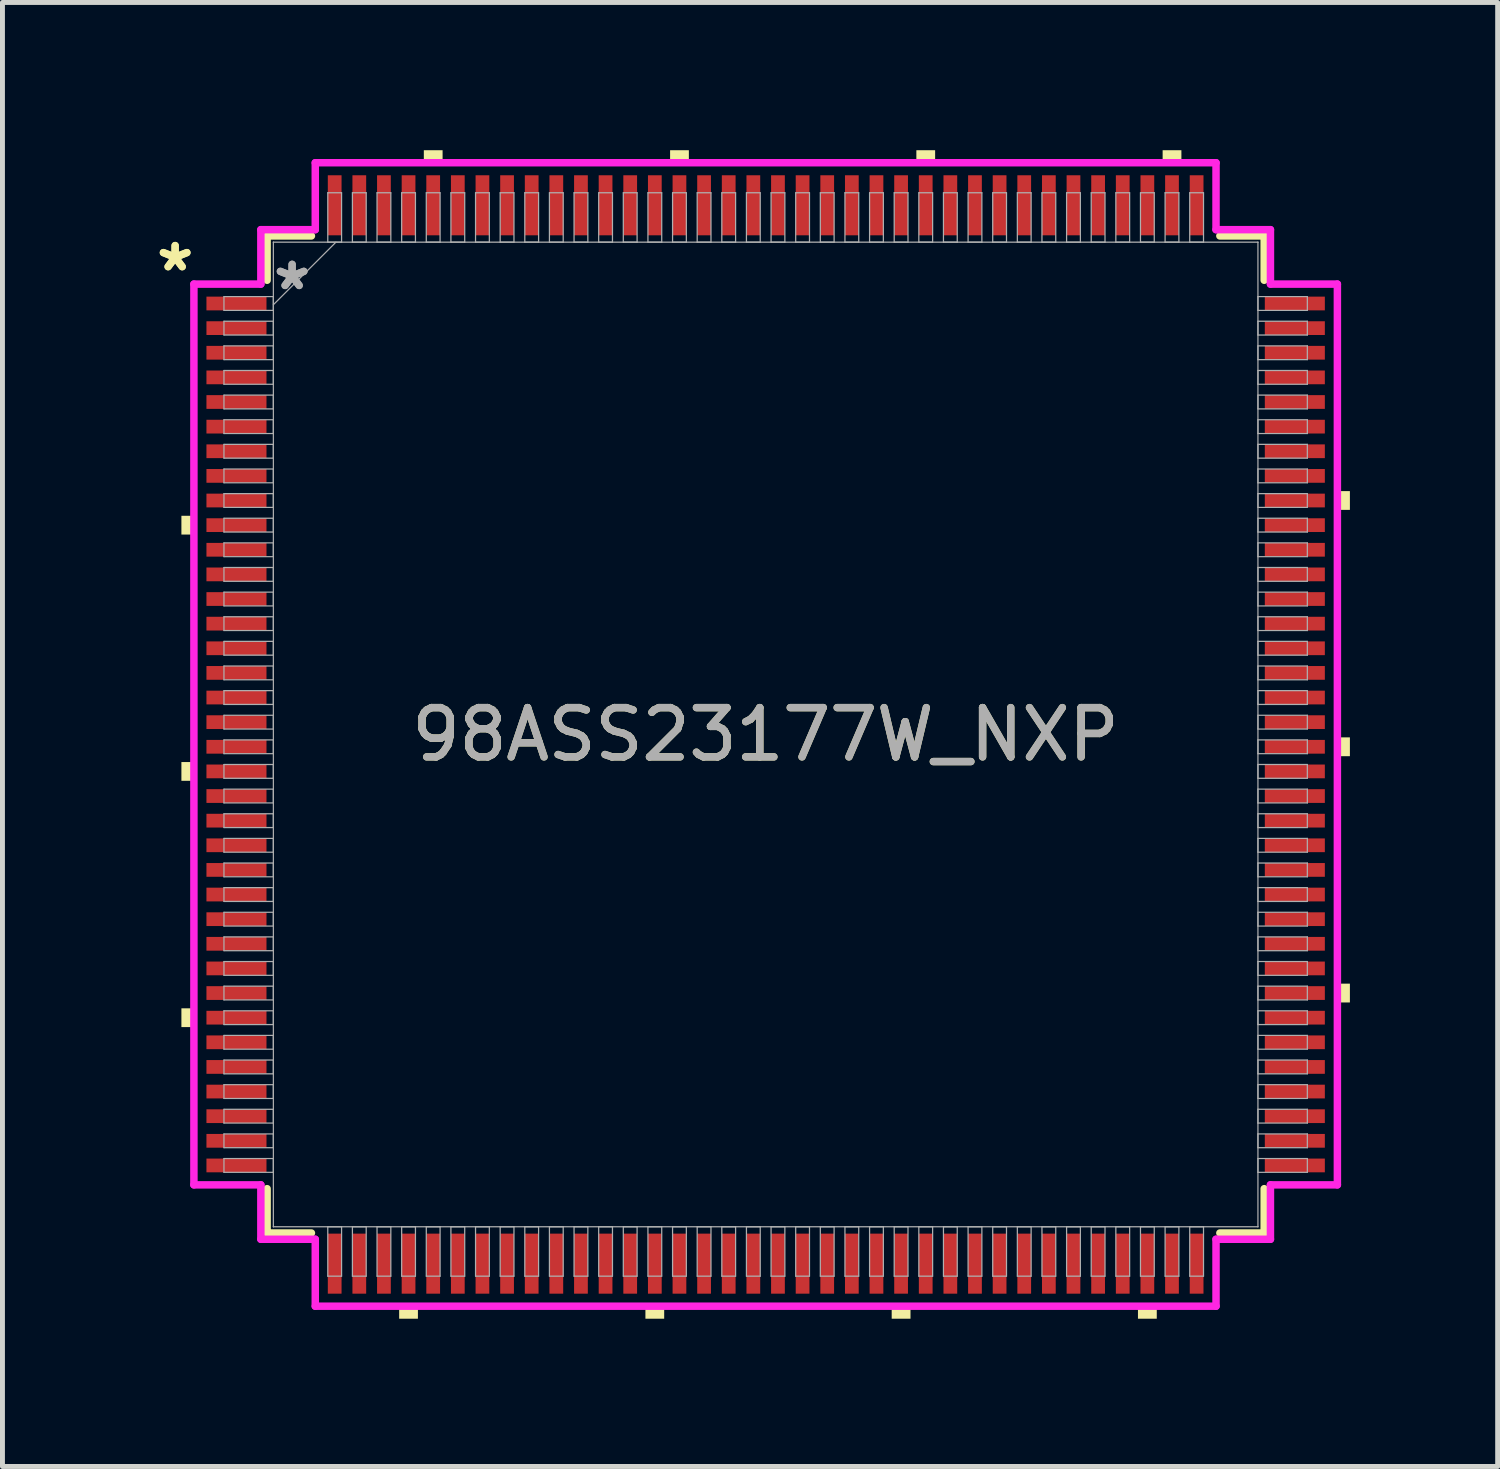
<source format=kicad_pcb>
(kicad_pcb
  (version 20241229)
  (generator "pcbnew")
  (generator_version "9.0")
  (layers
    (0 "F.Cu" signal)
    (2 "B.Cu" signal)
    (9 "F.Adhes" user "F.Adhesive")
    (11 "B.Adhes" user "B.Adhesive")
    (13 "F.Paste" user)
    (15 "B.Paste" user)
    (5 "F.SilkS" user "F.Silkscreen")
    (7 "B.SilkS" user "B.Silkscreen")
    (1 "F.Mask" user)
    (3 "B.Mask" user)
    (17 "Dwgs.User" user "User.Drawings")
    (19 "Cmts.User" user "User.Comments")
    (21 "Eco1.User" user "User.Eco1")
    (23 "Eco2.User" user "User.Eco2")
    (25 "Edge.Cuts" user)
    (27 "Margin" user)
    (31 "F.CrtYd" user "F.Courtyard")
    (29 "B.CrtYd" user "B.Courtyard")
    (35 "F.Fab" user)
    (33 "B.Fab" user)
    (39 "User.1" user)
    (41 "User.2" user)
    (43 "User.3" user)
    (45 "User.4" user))
  (footprint "98ASS23177W_NXP"
    (layer "F.Cu")
    (at 12.495 11.862)
    (property "Reference" "98ASS23177W_NXP" (at 0 0 0) (unlocked yes) (layer "F.SilkS") (effects (font (size 1 1) (thickness 0.15))))
    (attr smd)
    (fp_line (start -10.122 -10.122) (end -10.122 -9.222) (stroke (width 0.152) (type solid)) (layer "F.SilkS"))
    (fp_line (start -10.122 9.222) (end -10.122 10.122) (stroke (width 0.152) (type solid)) (layer "F.SilkS"))
    (fp_line (start -10.122 10.122) (end -9.222 10.122) (stroke (width 0.152) (type solid)) (layer "F.SilkS"))
    (fp_line (start -9.222 -10.122) (end -10.122 -10.122) (stroke (width 0.152) (type solid)) (layer "F.SilkS"))
    (fp_line (start 9.222 10.122) (end 10.122 10.122) (stroke (width 0.152) (type solid)) (layer "F.SilkS"))
    (fp_line (start 10.122 -10.122) (end 9.222 -10.122) (stroke (width 0.152) (type solid)) (layer "F.SilkS"))
    (fp_line (start 10.122 -9.222) (end 10.122 -10.122) (stroke (width 0.152) (type solid)) (layer "F.SilkS"))
    (fp_line (start 10.122 10.122) (end 10.122 9.222) (stroke (width 0.152) (type solid)) (layer "F.SilkS"))
    (fp_poly (pts (xy -11.862 -4.44) (xy -11.862 -4.059) (xy -11.608 -4.059) (xy -11.608 -4.44)) (stroke (width 0) (type solid)) (fill yes) (layer "F.SilkS"))
    (fp_poly (pts (xy -11.862 0.56) (xy -11.862 0.941) (xy -11.608 0.941) (xy -11.608 0.56)) (stroke (width 0) (type solid)) (fill yes) (layer "F.SilkS"))
    (fp_poly (pts (xy -11.862 5.56) (xy -11.862 5.941) (xy -11.608 5.941) (xy -11.608 5.56)) (stroke (width 0) (type solid)) (fill yes) (layer "F.SilkS"))
    (fp_poly (pts (xy -7.441 11.608) (xy -7.441 11.862) (xy -7.06 11.862) (xy -7.06 11.608)) (stroke (width 0) (type solid)) (fill yes) (layer "F.SilkS"))
    (fp_poly (pts (xy -6.94 -11.608) (xy -6.94 -11.862) (xy -6.559 -11.862) (xy -6.559 -11.608)) (stroke (width 0) (type solid)) (fill yes) (layer "F.SilkS"))
    (fp_poly (pts (xy -2.441 11.608) (xy -2.441 11.862) (xy -2.06 11.862) (xy -2.06 11.608)) (stroke (width 0) (type solid)) (fill yes) (layer "F.SilkS"))
    (fp_poly (pts (xy -1.94 -11.608) (xy -1.94 -11.862) (xy -1.559 -11.862) (xy -1.559 -11.608)) (stroke (width 0) (type solid)) (fill yes) (layer "F.SilkS"))
    (fp_poly (pts (xy 2.559 11.608) (xy 2.559 11.862) (xy 2.941 11.862) (xy 2.941 11.608)) (stroke (width 0) (type solid)) (fill yes) (layer "F.SilkS"))
    (fp_poly (pts (xy 3.06 -11.608) (xy 3.06 -11.862) (xy 3.441 -11.862) (xy 3.441 -11.608)) (stroke (width 0) (type solid)) (fill yes) (layer "F.SilkS"))
    (fp_poly (pts (xy 7.559 11.608) (xy 7.559 11.862) (xy 7.941 11.862) (xy 7.941 11.608)) (stroke (width 0) (type solid)) (fill yes) (layer "F.SilkS"))
    (fp_poly (pts (xy 8.06 -11.608) (xy 8.06 -11.862) (xy 8.441 -11.862) (xy 8.441 -11.608)) (stroke (width 0) (type solid)) (fill yes) (layer "F.SilkS"))
    (fp_poly (pts (xy 11.862 -4.941) (xy 11.862 -4.56) (xy 11.608 -4.56) (xy 11.608 -4.941)) (stroke (width 0) (type solid)) (fill yes) (layer "F.SilkS"))
    (fp_poly (pts (xy 11.862 0.059) (xy 11.862 0.441) (xy 11.608 0.441) (xy 11.608 0.059)) (stroke (width 0) (type solid)) (fill yes) (layer "F.SilkS"))
    (fp_poly (pts (xy 11.862 5.059) (xy 11.862 5.441) (xy 11.608 5.441) (xy 11.608 5.059)) (stroke (width 0) (type solid)) (fill yes) (layer "F.SilkS"))
    (fp_line (start -11.608 -9.144) (end -10.249 -9.144) (stroke (width 0.152) (type solid)) (layer "F.CrtYd"))
    (fp_line (start -11.608 9.144) (end -11.608 -9.144) (stroke (width 0.152) (type solid)) (layer "F.CrtYd"))
    (fp_line (start -10.249 -10.249) (end -9.144 -10.249) (stroke (width 0.152) (type solid)) (layer "F.CrtYd"))
    (fp_line (start -10.249 -9.144) (end -10.249 -10.249) (stroke (width 0.152) (type solid)) (layer "F.CrtYd"))
    (fp_line (start -10.249 9.144) (end -11.608 9.144) (stroke (width 0.152) (type solid)) (layer "F.CrtYd"))
    (fp_line (start -10.249 10.249) (end -10.249 9.144) (stroke (width 0.152) (type solid)) (layer "F.CrtYd"))
    (fp_line (start -10.249 10.249) (end -9.144 10.249) (stroke (width 0.152) (type solid)) (layer "F.CrtYd"))
    (fp_line (start -9.144 -11.608) (end 9.144 -11.608) (stroke (width 0.152) (type solid)) (layer "F.CrtYd"))
    (fp_line (start -9.144 -10.249) (end -9.144 -11.608) (stroke (width 0.152) (type solid)) (layer "F.CrtYd"))
    (fp_line (start -9.144 10.249) (end -9.144 11.608) (stroke (width 0.152) (type solid)) (layer "F.CrtYd"))
    (fp_line (start -9.144 11.608) (end 9.144 11.608) (stroke (width 0.152) (type solid)) (layer "F.CrtYd"))
    (fp_line (start 9.144 -11.608) (end 9.144 -10.249) (stroke (width 0.152) (type solid)) (layer "F.CrtYd"))
    (fp_line (start 9.144 -10.249) (end 10.249 -10.249) (stroke (width 0.152) (type solid)) (layer "F.CrtYd"))
    (fp_line (start 9.144 10.249) (end 10.249 10.249) (stroke (width 0.152) (type solid)) (layer "F.CrtYd"))
    (fp_line (start 9.144 11.608) (end 9.144 10.249) (stroke (width 0.152) (type solid)) (layer "F.CrtYd"))
    (fp_line (start 10.249 -9.144) (end 10.249 -10.249) (stroke (width 0.152) (type solid)) (layer "F.CrtYd"))
    (fp_line (start 10.249 9.144) (end 11.608 9.144) (stroke (width 0.152) (type solid)) (layer "F.CrtYd"))
    (fp_line (start 10.249 10.249) (end 10.249 9.144) (stroke (width 0.152) (type solid)) (layer "F.CrtYd"))
    (fp_line (start 11.608 -9.144) (end 10.249 -9.144) (stroke (width 0.152) (type solid)) (layer "F.CrtYd"))
    (fp_line (start 11.608 9.144) (end 11.608 -9.144) (stroke (width 0.152) (type solid)) (layer "F.CrtYd"))
    (fp_line (start -10.998 -8.89) (end -10.998 -8.61) (stroke (width 0.025) (type solid)) (layer "F.Fab"))
    (fp_line (start -10.998 -8.61) (end -9.995 -8.61) (stroke (width 0.025) (type solid)) (layer "F.Fab"))
    (fp_line (start -10.998 -8.39) (end -10.998 -8.11) (stroke (width 0.025) (type solid)) (layer "F.Fab"))
    (fp_line (start -10.998 -8.11) (end -9.995 -8.11) (stroke (width 0.025) (type solid)) (layer "F.Fab"))
    (fp_line (start -10.998 -7.89) (end -10.998 -7.61) (stroke (width 0.025) (type solid)) (layer "F.Fab"))
    (fp_line (start -10.998 -7.61) (end -9.995 -7.61) (stroke (width 0.025) (type solid)) (layer "F.Fab"))
    (fp_line (start -10.998 -7.39) (end -10.998 -7.11) (stroke (width 0.025) (type solid)) (layer "F.Fab"))
    (fp_line (start -10.998 -7.11) (end -9.995 -7.11) (stroke (width 0.025) (type solid)) (layer "F.Fab"))
    (fp_line (start -10.998 -6.89) (end -10.998 -6.61) (stroke (width 0.025) (type solid)) (layer "F.Fab"))
    (fp_line (start -10.998 -6.61) (end -9.995 -6.61) (stroke (width 0.025) (type solid)) (layer "F.Fab"))
    (fp_line (start -10.998 -6.39) (end -10.998 -6.11) (stroke (width 0.025) (type solid)) (layer "F.Fab"))
    (fp_line (start -10.998 -6.11) (end -9.995 -6.11) (stroke (width 0.025) (type solid)) (layer "F.Fab"))
    (fp_line (start -10.998 -5.89) (end -10.998 -5.61) (stroke (width 0.025) (type solid)) (layer "F.Fab"))
    (fp_line (start -10.998 -5.61) (end -9.995 -5.61) (stroke (width 0.025) (type solid)) (layer "F.Fab"))
    (fp_line (start -10.998 -5.39) (end -10.998 -5.11) (stroke (width 0.025) (type solid)) (layer "F.Fab"))
    (fp_line (start -10.998 -5.11) (end -9.995 -5.11) (stroke (width 0.025) (type solid)) (layer "F.Fab"))
    (fp_line (start -10.998 -4.89) (end -10.998 -4.61) (stroke (width 0.025) (type solid)) (layer "F.Fab"))
    (fp_line (start -10.998 -4.61) (end -9.995 -4.61) (stroke (width 0.025) (type solid)) (layer "F.Fab"))
    (fp_line (start -10.998 -4.39) (end -10.998 -4.11) (stroke (width 0.025) (type solid)) (layer "F.Fab"))
    (fp_line (start -10.998 -4.11) (end -9.995 -4.11) (stroke (width 0.025) (type solid)) (layer "F.Fab"))
    (fp_line (start -10.998 -3.89) (end -10.998 -3.61) (stroke (width 0.025) (type solid)) (layer "F.Fab"))
    (fp_line (start -10.998 -3.61) (end -9.995 -3.61) (stroke (width 0.025) (type solid)) (layer "F.Fab"))
    (fp_line (start -10.998 -3.39) (end -10.998 -3.11) (stroke (width 0.025) (type solid)) (layer "F.Fab"))
    (fp_line (start -10.998 -3.11) (end -9.995 -3.11) (stroke (width 0.025) (type solid)) (layer "F.Fab"))
    (fp_line (start -10.998 -2.89) (end -10.998 -2.61) (stroke (width 0.025) (type solid)) (layer "F.Fab"))
    (fp_line (start -10.998 -2.61) (end -9.995 -2.61) (stroke (width 0.025) (type solid)) (layer "F.Fab"))
    (fp_line (start -10.998 -2.39) (end -10.998 -2.11) (stroke (width 0.025) (type solid)) (layer "F.Fab"))
    (fp_line (start -10.998 -2.11) (end -9.995 -2.11) (stroke (width 0.025) (type solid)) (layer "F.Fab"))
    (fp_line (start -10.998 -1.89) (end -10.998 -1.61) (stroke (width 0.025) (type solid)) (layer "F.Fab"))
    (fp_line (start -10.998 -1.61) (end -9.995 -1.61) (stroke (width 0.025) (type solid)) (layer "F.Fab"))
    (fp_line (start -10.998 -1.39) (end -10.998 -1.11) (stroke (width 0.025) (type solid)) (layer "F.Fab"))
    (fp_line (start -10.998 -1.11) (end -9.995 -1.11) (stroke (width 0.025) (type solid)) (layer "F.Fab"))
    (fp_line (start -10.998 -0.89) (end -10.998 -0.61) (stroke (width 0.025) (type solid)) (layer "F.Fab"))
    (fp_line (start -10.998 -0.61) (end -9.995 -0.61) (stroke (width 0.025) (type solid)) (layer "F.Fab"))
    (fp_line (start -10.998 -0.39) (end -10.998 -0.11) (stroke (width 0.025) (type solid)) (layer "F.Fab"))
    (fp_line (start -10.998 -0.11) (end -9.995 -0.11) (stroke (width 0.025) (type solid)) (layer "F.Fab"))
    (fp_line (start -10.998 0.11) (end -10.998 0.39) (stroke (width 0.025) (type solid)) (layer "F.Fab"))
    (fp_line (start -10.998 0.39) (end -9.995 0.39) (stroke (width 0.025) (type solid)) (layer "F.Fab"))
    (fp_line (start -10.998 0.61) (end -10.998 0.89) (stroke (width 0.025) (type solid)) (layer "F.Fab"))
    (fp_line (start -10.998 0.89) (end -9.995 0.89) (stroke (width 0.025) (type solid)) (layer "F.Fab"))
    (fp_line (start -10.998 1.11) (end -10.998 1.39) (stroke (width 0.025) (type solid)) (layer "F.Fab"))
    (fp_line (start -10.998 1.39) (end -9.995 1.39) (stroke (width 0.025) (type solid)) (layer "F.Fab"))
    (fp_line (start -10.998 1.61) (end -10.998 1.89) (stroke (width 0.025) (type solid)) (layer "F.Fab"))
    (fp_line (start -10.998 1.89) (end -9.995 1.89) (stroke (width 0.025) (type solid)) (layer "F.Fab"))
    (fp_line (start -10.998 2.11) (end -10.998 2.39) (stroke (width 0.025) (type solid)) (layer "F.Fab"))
    (fp_line (start -10.998 2.39) (end -9.995 2.39) (stroke (width 0.025) (type solid)) (layer "F.Fab"))
    (fp_line (start -10.998 2.61) (end -10.998 2.89) (stroke (width 0.025) (type solid)) (layer "F.Fab"))
    (fp_line (start -10.998 2.89) (end -9.995 2.89) (stroke (width 0.025) (type solid)) (layer "F.Fab"))
    (fp_line (start -10.998 3.11) (end -10.998 3.39) (stroke (width 0.025) (type solid)) (layer "F.Fab"))
    (fp_line (start -10.998 3.39) (end -9.995 3.39) (stroke (width 0.025) (type solid)) (layer "F.Fab"))
    (fp_line (start -10.998 3.61) (end -10.998 3.89) (stroke (width 0.025) (type solid)) (layer "F.Fab"))
    (fp_line (start -10.998 3.89) (end -9.995 3.89) (stroke (width 0.025) (type solid)) (layer "F.Fab"))
    (fp_line (start -10.998 4.11) (end -10.998 4.39) (stroke (width 0.025) (type solid)) (layer "F.Fab"))
    (fp_line (start -10.998 4.39) (end -9.995 4.39) (stroke (width 0.025) (type solid)) (layer "F.Fab"))
    (fp_line (start -10.998 4.61) (end -10.998 4.89) (stroke (width 0.025) (type solid)) (layer "F.Fab"))
    (fp_line (start -10.998 4.89) (end -9.995 4.89) (stroke (width 0.025) (type solid)) (layer "F.Fab"))
    (fp_line (start -10.998 5.11) (end -10.998 5.39) (stroke (width 0.025) (type solid)) (layer "F.Fab"))
    (fp_line (start -10.998 5.39) (end -9.995 5.39) (stroke (width 0.025) (type solid)) (layer "F.Fab"))
    (fp_line (start -10.998 5.61) (end -10.998 5.89) (stroke (width 0.025) (type solid)) (layer "F.Fab"))
    (fp_line (start -10.998 5.89) (end -9.995 5.89) (stroke (width 0.025) (type solid)) (layer "F.Fab"))
    (fp_line (start -10.998 6.11) (end -10.998 6.39) (stroke (width 0.025) (type solid)) (layer "F.Fab"))
    (fp_line (start -10.998 6.39) (end -9.995 6.39) (stroke (width 0.025) (type solid)) (layer "F.Fab"))
    (fp_line (start -10.998 6.61) (end -10.998 6.89) (stroke (width 0.025) (type solid)) (layer "F.Fab"))
    (fp_line (start -10.998 6.89) (end -9.995 6.89) (stroke (width 0.025) (type solid)) (layer "F.Fab"))
    (fp_line (start -10.998 7.11) (end -10.998 7.39) (stroke (width 0.025) (type solid)) (layer "F.Fab"))
    (fp_line (start -10.998 7.39) (end -9.995 7.39) (stroke (width 0.025) (type solid)) (layer "F.Fab"))
    (fp_line (start -10.998 7.61) (end -10.998 7.89) (stroke (width 0.025) (type solid)) (layer "F.Fab"))
    (fp_line (start -10.998 7.89) (end -9.995 7.89) (stroke (width 0.025) (type solid)) (layer "F.Fab"))
    (fp_line (start -10.998 8.11) (end -10.998 8.39) (stroke (width 0.025) (type solid)) (layer "F.Fab"))
    (fp_line (start -10.998 8.39) (end -9.995 8.39) (stroke (width 0.025) (type solid)) (layer "F.Fab"))
    (fp_line (start -10.998 8.61) (end -10.998 8.89) (stroke (width 0.025) (type solid)) (layer "F.Fab"))
    (fp_line (start -10.998 8.89) (end -9.995 8.89) (stroke (width 0.025) (type solid)) (layer "F.Fab"))
    (fp_line (start -9.995 -9.995) (end -9.995 -9.995) (stroke (width 0.025) (type solid)) (layer "F.Fab"))
    (fp_line (start -9.995 -9.995) (end -9.995 9.995) (stroke (width 0.025) (type solid)) (layer "F.Fab"))
    (fp_line (start -9.995 -8.89) (end -10.998 -8.89) (stroke (width 0.025) (type solid)) (layer "F.Fab"))
    (fp_line (start -9.995 -8.725) (end -8.725 -9.995) (stroke (width 0.025) (type solid)) (layer "F.Fab"))
    (fp_line (start -9.995 -8.61) (end -9.995 -8.89) (stroke (width 0.025) (type solid)) (layer "F.Fab"))
    (fp_line (start -9.995 -8.39) (end -10.998 -8.39) (stroke (width 0.025) (type solid)) (layer "F.Fab"))
    (fp_line (start -9.995 -8.11) (end -9.995 -8.39) (stroke (width 0.025) (type solid)) (layer "F.Fab"))
    (fp_line (start -9.995 -7.89) (end -10.998 -7.89) (stroke (width 0.025) (type solid)) (layer "F.Fab"))
    (fp_line (start -9.995 -7.61) (end -9.995 -7.89) (stroke (width 0.025) (type solid)) (layer "F.Fab"))
    (fp_line (start -9.995 -7.39) (end -10.998 -7.39) (stroke (width 0.025) (type solid)) (layer "F.Fab"))
    (fp_line (start -9.995 -7.11) (end -9.995 -7.39) (stroke (width 0.025) (type solid)) (layer "F.Fab"))
    (fp_line (start -9.995 -6.89) (end -10.998 -6.89) (stroke (width 0.025) (type solid)) (layer "F.Fab"))
    (fp_line (start -9.995 -6.61) (end -9.995 -6.89) (stroke (width 0.025) (type solid)) (layer "F.Fab"))
    (fp_line (start -9.995 -6.39) (end -10.998 -6.39) (stroke (width 0.025) (type solid)) (layer "F.Fab"))
    (fp_line (start -9.995 -6.11) (end -9.995 -6.39) (stroke (width 0.025) (type solid)) (layer "F.Fab"))
    (fp_line (start -9.995 -5.89) (end -10.998 -5.89) (stroke (width 0.025) (type solid)) (layer "F.Fab"))
    (fp_line (start -9.995 -5.61) (end -9.995 -5.89) (stroke (width 0.025) (type solid)) (layer "F.Fab"))
    (fp_line (start -9.995 -5.39) (end -10.998 -5.39) (stroke (width 0.025) (type solid)) (layer "F.Fab"))
    (fp_line (start -9.995 -5.11) (end -9.995 -5.39) (stroke (width 0.025) (type solid)) (layer "F.Fab"))
    (fp_line (start -9.995 -4.89) (end -10.998 -4.89) (stroke (width 0.025) (type solid)) (layer "F.Fab"))
    (fp_line (start -9.995 -4.61) (end -9.995 -4.89) (stroke (width 0.025) (type solid)) (layer "F.Fab"))
    (fp_line (start -9.995 -4.39) (end -10.998 -4.39) (stroke (width 0.025) (type solid)) (layer "F.Fab"))
    (fp_line (start -9.995 -4.11) (end -9.995 -4.39) (stroke (width 0.025) (type solid)) (layer "F.Fab"))
    (fp_line (start -9.995 -3.89) (end -10.998 -3.89) (stroke (width 0.025) (type solid)) (layer "F.Fab"))
    (fp_line (start -9.995 -3.61) (end -9.995 -3.89) (stroke (width 0.025) (type solid)) (layer "F.Fab"))
    (fp_line (start -9.995 -3.39) (end -10.998 -3.39) (stroke (width 0.025) (type solid)) (layer "F.Fab"))
    (fp_line (start -9.995 -3.11) (end -9.995 -3.39) (stroke (width 0.025) (type solid)) (layer "F.Fab"))
    (fp_line (start -9.995 -2.89) (end -10.998 -2.89) (stroke (width 0.025) (type solid)) (layer "F.Fab"))
    (fp_line (start -9.995 -2.61) (end -9.995 -2.89) (stroke (width 0.025) (type solid)) (layer "F.Fab"))
    (fp_line (start -9.995 -2.39) (end -10.998 -2.39) (stroke (width 0.025) (type solid)) (layer "F.Fab"))
    (fp_line (start -9.995 -2.11) (end -9.995 -2.39) (stroke (width 0.025) (type solid)) (layer "F.Fab"))
    (fp_line (start -9.995 -1.89) (end -10.998 -1.89) (stroke (width 0.025) (type solid)) (layer "F.Fab"))
    (fp_line (start -9.995 -1.61) (end -9.995 -1.89) (stroke (width 0.025) (type solid)) (layer "F.Fab"))
    (fp_line (start -9.995 -1.39) (end -10.998 -1.39) (stroke (width 0.025) (type solid)) (layer "F.Fab"))
    (fp_line (start -9.995 -1.11) (end -9.995 -1.39) (stroke (width 0.025) (type solid)) (layer "F.Fab"))
    (fp_line (start -9.995 -0.89) (end -10.998 -0.89) (stroke (width 0.025) (type solid)) (layer "F.Fab"))
    (fp_line (start -9.995 -0.61) (end -9.995 -0.89) (stroke (width 0.025) (type solid)) (layer "F.Fab"))
    (fp_line (start -9.995 -0.39) (end -10.998 -0.39) (stroke (width 0.025) (type solid)) (layer "F.Fab"))
    (fp_line (start -9.995 -0.11) (end -9.995 -0.39) (stroke (width 0.025) (type solid)) (layer "F.Fab"))
    (fp_line (start -9.995 0.11) (end -10.998 0.11) (stroke (width 0.025) (type solid)) (layer "F.Fab"))
    (fp_line (start -9.995 0.39) (end -9.995 0.11) (stroke (width 0.025) (type solid)) (layer "F.Fab"))
    (fp_line (start -9.995 0.61) (end -10.998 0.61) (stroke (width 0.025) (type solid)) (layer "F.Fab"))
    (fp_line (start -9.995 0.89) (end -9.995 0.61) (stroke (width 0.025) (type solid)) (layer "F.Fab"))
    (fp_line (start -9.995 1.11) (end -10.998 1.11) (stroke (width 0.025) (type solid)) (layer "F.Fab"))
    (fp_line (start -9.995 1.39) (end -9.995 1.11) (stroke (width 0.025) (type solid)) (layer "F.Fab"))
    (fp_line (start -9.995 1.61) (end -10.998 1.61) (stroke (width 0.025) (type solid)) (layer "F.Fab"))
    (fp_line (start -9.995 1.89) (end -9.995 1.61) (stroke (width 0.025) (type solid)) (layer "F.Fab"))
    (fp_line (start -9.995 2.11) (end -10.998 2.11) (stroke (width 0.025) (type solid)) (layer "F.Fab"))
    (fp_line (start -9.995 2.39) (end -9.995 2.11) (stroke (width 0.025) (type solid)) (layer "F.Fab"))
    (fp_line (start -9.995 2.61) (end -10.998 2.61) (stroke (width 0.025) (type solid)) (layer "F.Fab"))
    (fp_line (start -9.995 2.89) (end -9.995 2.61) (stroke (width 0.025) (type solid)) (layer "F.Fab"))
    (fp_line (start -9.995 3.11) (end -10.998 3.11) (stroke (width 0.025) (type solid)) (layer "F.Fab"))
    (fp_line (start -9.995 3.39) (end -9.995 3.11) (stroke (width 0.025) (type solid)) (layer "F.Fab"))
    (fp_line (start -9.995 3.61) (end -10.998 3.61) (stroke (width 0.025) (type solid)) (layer "F.Fab"))
    (fp_line (start -9.995 3.89) (end -9.995 3.61) (stroke (width 0.025) (type solid)) (layer "F.Fab"))
    (fp_line (start -9.995 4.11) (end -10.998 4.11) (stroke (width 0.025) (type solid)) (layer "F.Fab"))
    (fp_line (start -9.995 4.39) (end -9.995 4.11) (stroke (width 0.025) (type solid)) (layer "F.Fab"))
    (fp_line (start -9.995 4.61) (end -10.998 4.61) (stroke (width 0.025) (type solid)) (layer "F.Fab"))
    (fp_line (start -9.995 4.89) (end -9.995 4.61) (stroke (width 0.025) (type solid)) (layer "F.Fab"))
    (fp_line (start -9.995 5.11) (end -10.998 5.11) (stroke (width 0.025) (type solid)) (layer "F.Fab"))
    (fp_line (start -9.995 5.39) (end -9.995 5.11) (stroke (width 0.025) (type solid)) (layer "F.Fab"))
    (fp_line (start -9.995 5.61) (end -10.998 5.61) (stroke (width 0.025) (type solid)) (layer "F.Fab"))
    (fp_line (start -9.995 5.89) (end -9.995 5.61) (stroke (width 0.025) (type solid)) (layer "F.Fab"))
    (fp_line (start -9.995 6.11) (end -10.998 6.11) (stroke (width 0.025) (type solid)) (layer "F.Fab"))
    (fp_line (start -9.995 6.39) (end -9.995 6.11) (stroke (width 0.025) (type solid)) (layer "F.Fab"))
    (fp_line (start -9.995 6.61) (end -10.998 6.61) (stroke (width 0.025) (type solid)) (layer "F.Fab"))
    (fp_line (start -9.995 6.89) (end -9.995 6.61) (stroke (width 0.025) (type solid)) (layer "F.Fab"))
    (fp_line (start -9.995 7.11) (end -10.998 7.11) (stroke (width 0.025) (type solid)) (layer "F.Fab"))
    (fp_line (start -9.995 7.39) (end -9.995 7.11) (stroke (width 0.025) (type solid)) (layer "F.Fab"))
    (fp_line (start -9.995 7.61) (end -10.998 7.61) (stroke (width 0.025) (type solid)) (layer "F.Fab"))
    (fp_line (start -9.995 7.89) (end -9.995 7.61) (stroke (width 0.025) (type solid)) (layer "F.Fab"))
    (fp_line (start -9.995 8.11) (end -10.998 8.11) (stroke (width 0.025) (type solid)) (layer "F.Fab"))
    (fp_line (start -9.995 8.39) (end -9.995 8.11) (stroke (width 0.025) (type solid)) (layer "F.Fab"))
    (fp_line (start -9.995 8.61) (end -10.998 8.61) (stroke (width 0.025) (type solid)) (layer "F.Fab"))
    (fp_line (start -9.995 8.89) (end -9.995 8.61) (stroke (width 0.025) (type solid)) (layer "F.Fab"))
    (fp_line (start -9.995 9.995) (end -9.995 9.995) (stroke (width 0.025) (type solid)) (layer "F.Fab"))
    (fp_line (start -9.995 9.995) (end 9.995 9.995) (stroke (width 0.025) (type solid)) (layer "F.Fab"))
    (fp_line (start -8.89 -10.998) (end -8.89 -9.995) (stroke (width 0.025) (type solid)) (layer "F.Fab"))
    (fp_line (start -8.89 -9.995) (end -8.61 -9.995) (stroke (width 0.025) (type solid)) (layer "F.Fab"))
    (fp_line (start -8.89 9.995) (end -8.89 10.998) (stroke (width 0.025) (type solid)) (layer "F.Fab"))
    (fp_line (start -8.89 10.998) (end -8.61 10.998) (stroke (width 0.025) (type solid)) (layer "F.Fab"))
    (fp_line (start -8.61 -10.998) (end -8.89 -10.998) (stroke (width 0.025) (type solid)) (layer "F.Fab"))
    (fp_line (start -8.61 -9.995) (end -8.61 -10.998) (stroke (width 0.025) (type solid)) (layer "F.Fab"))
    (fp_line (start -8.61 9.995) (end -8.89 9.995) (stroke (width 0.025) (type solid)) (layer "F.Fab"))
    (fp_line (start -8.61 10.998) (end -8.61 9.995) (stroke (width 0.025) (type solid)) (layer "F.Fab"))
    (fp_line (start -8.39 -10.998) (end -8.39 -9.995) (stroke (width 0.025) (type solid)) (layer "F.Fab"))
    (fp_line (start -8.39 -9.995) (end -8.11 -9.995) (stroke (width 0.025) (type solid)) (layer "F.Fab"))
    (fp_line (start -8.39 9.995) (end -8.39 10.998) (stroke (width 0.025) (type solid)) (layer "F.Fab"))
    (fp_line (start -8.39 10.998) (end -8.11 10.998) (stroke (width 0.025) (type solid)) (layer "F.Fab"))
    (fp_line (start -8.11 -10.998) (end -8.39 -10.998) (stroke (width 0.025) (type solid)) (layer "F.Fab"))
    (fp_line (start -8.11 -9.995) (end -8.11 -10.998) (stroke (width 0.025) (type solid)) (layer "F.Fab"))
    (fp_line (start -8.11 9.995) (end -8.39 9.995) (stroke (width 0.025) (type solid)) (layer "F.Fab"))
    (fp_line (start -8.11 10.998) (end -8.11 9.995) (stroke (width 0.025) (type solid)) (layer "F.Fab"))
    (fp_line (start -7.89 -10.998) (end -7.89 -9.995) (stroke (width 0.025) (type solid)) (layer "F.Fab"))
    (fp_line (start -7.89 -9.995) (end -7.61 -9.995) (stroke (width 0.025) (type solid)) (layer "F.Fab"))
    (fp_line (start -7.89 9.995) (end -7.89 10.998) (stroke (width 0.025) (type solid)) (layer "F.Fab"))
    (fp_line (start -7.89 10.998) (end -7.61 10.998) (stroke (width 0.025) (type solid)) (layer "F.Fab"))
    (fp_line (start -7.61 -10.998) (end -7.89 -10.998) (stroke (width 0.025) (type solid)) (layer "F.Fab"))
    (fp_line (start -7.61 -9.995) (end -7.61 -10.998) (stroke (width 0.025) (type solid)) (layer "F.Fab"))
    (fp_line (start -7.61 9.995) (end -7.89 9.995) (stroke (width 0.025) (type solid)) (layer "F.Fab"))
    (fp_line (start -7.61 10.998) (end -7.61 9.995) (stroke (width 0.025) (type solid)) (layer "F.Fab"))
    (fp_line (start -7.39 -10.998) (end -7.39 -9.995) (stroke (width 0.025) (type solid)) (layer "F.Fab"))
    (fp_line (start -7.39 -9.995) (end -7.11 -9.995) (stroke (width 0.025) (type solid)) (layer "F.Fab"))
    (fp_line (start -7.39 9.995) (end -7.39 10.998) (stroke (width 0.025) (type solid)) (layer "F.Fab"))
    (fp_line (start -7.39 10.998) (end -7.11 10.998) (stroke (width 0.025) (type solid)) (layer "F.Fab"))
    (fp_line (start -7.11 -10.998) (end -7.39 -10.998) (stroke (width 0.025) (type solid)) (layer "F.Fab"))
    (fp_line (start -7.11 -9.995) (end -7.11 -10.998) (stroke (width 0.025) (type solid)) (layer "F.Fab"))
    (fp_line (start -7.11 9.995) (end -7.39 9.995) (stroke (width 0.025) (type solid)) (layer "F.Fab"))
    (fp_line (start -7.11 10.998) (end -7.11 9.995) (stroke (width 0.025) (type solid)) (layer "F.Fab"))
    (fp_line (start -6.89 -10.998) (end -6.89 -9.995) (stroke (width 0.025) (type solid)) (layer "F.Fab"))
    (fp_line (start -6.89 -9.995) (end -6.61 -9.995) (stroke (width 0.025) (type solid)) (layer "F.Fab"))
    (fp_line (start -6.89 9.995) (end -6.89 10.998) (stroke (width 0.025) (type solid)) (layer "F.Fab"))
    (fp_line (start -6.89 10.998) (end -6.61 10.998) (stroke (width 0.025) (type solid)) (layer "F.Fab"))
    (fp_line (start -6.61 -10.998) (end -6.89 -10.998) (stroke (width 0.025) (type solid)) (layer "F.Fab"))
    (fp_line (start -6.61 -9.995) (end -6.61 -10.998) (stroke (width 0.025) (type solid)) (layer "F.Fab"))
    (fp_line (start -6.61 9.995) (end -6.89 9.995) (stroke (width 0.025) (type solid)) (layer "F.Fab"))
    (fp_line (start -6.61 10.998) (end -6.61 9.995) (stroke (width 0.025) (type solid)) (layer "F.Fab"))
    (fp_line (start -6.39 -10.998) (end -6.39 -9.995) (stroke (width 0.025) (type solid)) (layer "F.Fab"))
    (fp_line (start -6.39 -9.995) (end -6.11 -9.995) (stroke (width 0.025) (type solid)) (layer "F.Fab"))
    (fp_line (start -6.39 9.995) (end -6.39 10.998) (stroke (width 0.025) (type solid)) (layer "F.Fab"))
    (fp_line (start -6.39 10.998) (end -6.11 10.998) (stroke (width 0.025) (type solid)) (layer "F.Fab"))
    (fp_line (start -6.11 -10.998) (end -6.39 -10.998) (stroke (width 0.025) (type solid)) (layer "F.Fab"))
    (fp_line (start -6.11 -9.995) (end -6.11 -10.998) (stroke (width 0.025) (type solid)) (layer "F.Fab"))
    (fp_line (start -6.11 9.995) (end -6.39 9.995) (stroke (width 0.025) (type solid)) (layer "F.Fab"))
    (fp_line (start -6.11 10.998) (end -6.11 9.995) (stroke (width 0.025) (type solid)) (layer "F.Fab"))
    (fp_line (start -5.89 -10.998) (end -5.89 -9.995) (stroke (width 0.025) (type solid)) (layer "F.Fab"))
    (fp_line (start -5.89 -9.995) (end -5.61 -9.995) (stroke (width 0.025) (type solid)) (layer "F.Fab"))
    (fp_line (start -5.89 9.995) (end -5.89 10.998) (stroke (width 0.025) (type solid)) (layer "F.Fab"))
    (fp_line (start -5.89 10.998) (end -5.61 10.998) (stroke (width 0.025) (type solid)) (layer "F.Fab"))
    (fp_line (start -5.61 -10.998) (end -5.89 -10.998) (stroke (width 0.025) (type solid)) (layer "F.Fab"))
    (fp_line (start -5.61 -9.995) (end -5.61 -10.998) (stroke (width 0.025) (type solid)) (layer "F.Fab"))
    (fp_line (start -5.61 9.995) (end -5.89 9.995) (stroke (width 0.025) (type solid)) (layer "F.Fab"))
    (fp_line (start -5.61 10.998) (end -5.61 9.995) (stroke (width 0.025) (type solid)) (layer "F.Fab"))
    (fp_line (start -5.39 -10.998) (end -5.39 -9.995) (stroke (width 0.025) (type solid)) (layer "F.Fab"))
    (fp_line (start -5.39 -9.995) (end -5.11 -9.995) (stroke (width 0.025) (type solid)) (layer "F.Fab"))
    (fp_line (start -5.39 9.995) (end -5.39 10.998) (stroke (width 0.025) (type solid)) (layer "F.Fab"))
    (fp_line (start -5.39 10.998) (end -5.11 10.998) (stroke (width 0.025) (type solid)) (layer "F.Fab"))
    (fp_line (start -5.11 -10.998) (end -5.39 -10.998) (stroke (width 0.025) (type solid)) (layer "F.Fab"))
    (fp_line (start -5.11 -9.995) (end -5.11 -10.998) (stroke (width 0.025) (type solid)) (layer "F.Fab"))
    (fp_line (start -5.11 9.995) (end -5.39 9.995) (stroke (width 0.025) (type solid)) (layer "F.Fab"))
    (fp_line (start -5.11 10.998) (end -5.11 9.995) (stroke (width 0.025) (type solid)) (layer "F.Fab"))
    (fp_line (start -4.89 -10.998) (end -4.89 -9.995) (stroke (width 0.025) (type solid)) (layer "F.Fab"))
    (fp_line (start -4.89 -9.995) (end -4.61 -9.995) (stroke (width 0.025) (type solid)) (layer "F.Fab"))
    (fp_line (start -4.89 9.995) (end -4.89 10.998) (stroke (width 0.025) (type solid)) (layer "F.Fab"))
    (fp_line (start -4.89 10.998) (end -4.61 10.998) (stroke (width 0.025) (type solid)) (layer "F.Fab"))
    (fp_line (start -4.61 -10.998) (end -4.89 -10.998) (stroke (width 0.025) (type solid)) (layer "F.Fab"))
    (fp_line (start -4.61 -9.995) (end -4.61 -10.998) (stroke (width 0.025) (type solid)) (layer "F.Fab"))
    (fp_line (start -4.61 9.995) (end -4.89 9.995) (stroke (width 0.025) (type solid)) (layer "F.Fab"))
    (fp_line (start -4.61 10.998) (end -4.61 9.995) (stroke (width 0.025) (type solid)) (layer "F.Fab"))
    (fp_line (start -4.39 -10.998) (end -4.39 -9.995) (stroke (width 0.025) (type solid)) (layer "F.Fab"))
    (fp_line (start -4.39 -9.995) (end -4.11 -9.995) (stroke (width 0.025) (type solid)) (layer "F.Fab"))
    (fp_line (start -4.39 9.995) (end -4.39 10.998) (stroke (width 0.025) (type solid)) (layer "F.Fab"))
    (fp_line (start -4.39 10.998) (end -4.11 10.998) (stroke (width 0.025) (type solid)) (layer "F.Fab"))
    (fp_line (start -4.11 -10.998) (end -4.39 -10.998) (stroke (width 0.025) (type solid)) (layer "F.Fab"))
    (fp_line (start -4.11 -9.995) (end -4.11 -10.998) (stroke (width 0.025) (type solid)) (layer "F.Fab"))
    (fp_line (start -4.11 9.995) (end -4.39 9.995) (stroke (width 0.025) (type solid)) (layer "F.Fab"))
    (fp_line (start -4.11 10.998) (end -4.11 9.995) (stroke (width 0.025) (type solid)) (layer "F.Fab"))
    (fp_line (start -3.89 -10.998) (end -3.89 -9.995) (stroke (width 0.025) (type solid)) (layer "F.Fab"))
    (fp_line (start -3.89 -9.995) (end -3.61 -9.995) (stroke (width 0.025) (type solid)) (layer "F.Fab"))
    (fp_line (start -3.89 9.995) (end -3.89 10.998) (stroke (width 0.025) (type solid)) (layer "F.Fab"))
    (fp_line (start -3.89 10.998) (end -3.61 10.998) (stroke (width 0.025) (type solid)) (layer "F.Fab"))
    (fp_line (start -3.61 -10.998) (end -3.89 -10.998) (stroke (width 0.025) (type solid)) (layer "F.Fab"))
    (fp_line (start -3.61 -9.995) (end -3.61 -10.998) (stroke (width 0.025) (type solid)) (layer "F.Fab"))
    (fp_line (start -3.61 9.995) (end -3.89 9.995) (stroke (width 0.025) (type solid)) (layer "F.Fab"))
    (fp_line (start -3.61 10.998) (end -3.61 9.995) (stroke (width 0.025) (type solid)) (layer "F.Fab"))
    (fp_line (start -3.39 -10.998) (end -3.39 -9.995) (stroke (width 0.025) (type solid)) (layer "F.Fab"))
    (fp_line (start -3.39 -9.995) (end -3.11 -9.995) (stroke (width 0.025) (type solid)) (layer "F.Fab"))
    (fp_line (start -3.39 9.995) (end -3.39 10.998) (stroke (width 0.025) (type solid)) (layer "F.Fab"))
    (fp_line (start -3.39 10.998) (end -3.11 10.998) (stroke (width 0.025) (type solid)) (layer "F.Fab"))
    (fp_line (start -3.11 -10.998) (end -3.39 -10.998) (stroke (width 0.025) (type solid)) (layer "F.Fab"))
    (fp_line (start -3.11 -9.995) (end -3.11 -10.998) (stroke (width 0.025) (type solid)) (layer "F.Fab"))
    (fp_line (start -3.11 9.995) (end -3.39 9.995) (stroke (width 0.025) (type solid)) (layer "F.Fab"))
    (fp_line (start -3.11 10.998) (end -3.11 9.995) (stroke (width 0.025) (type solid)) (layer "F.Fab"))
    (fp_line (start -2.89 -10.998) (end -2.89 -9.995) (stroke (width 0.025) (type solid)) (layer "F.Fab"))
    (fp_line (start -2.89 -9.995) (end -2.61 -9.995) (stroke (width 0.025) (type solid)) (layer "F.Fab"))
    (fp_line (start -2.89 9.995) (end -2.89 10.998) (stroke (width 0.025) (type solid)) (layer "F.Fab"))
    (fp_line (start -2.89 10.998) (end -2.61 10.998) (stroke (width 0.025) (type solid)) (layer "F.Fab"))
    (fp_line (start -2.61 -10.998) (end -2.89 -10.998) (stroke (width 0.025) (type solid)) (layer "F.Fab"))
    (fp_line (start -2.61 -9.995) (end -2.61 -10.998) (stroke (width 0.025) (type solid)) (layer "F.Fab"))
    (fp_line (start -2.61 9.995) (end -2.89 9.995) (stroke (width 0.025) (type solid)) (layer "F.Fab"))
    (fp_line (start -2.61 10.998) (end -2.61 9.995) (stroke (width 0.025) (type solid)) (layer "F.Fab"))
    (fp_line (start -2.39 -10.998) (end -2.39 -9.995) (stroke (width 0.025) (type solid)) (layer "F.Fab"))
    (fp_line (start -2.39 -9.995) (end -2.11 -9.995) (stroke (width 0.025) (type solid)) (layer "F.Fab"))
    (fp_line (start -2.39 9.995) (end -2.39 10.998) (stroke (width 0.025) (type solid)) (layer "F.Fab"))
    (fp_line (start -2.39 10.998) (end -2.11 10.998) (stroke (width 0.025) (type solid)) (layer "F.Fab"))
    (fp_line (start -2.11 -10.998) (end -2.39 -10.998) (stroke (width 0.025) (type solid)) (layer "F.Fab"))
    (fp_line (start -2.11 -9.995) (end -2.11 -10.998) (stroke (width 0.025) (type solid)) (layer "F.Fab"))
    (fp_line (start -2.11 9.995) (end -2.39 9.995) (stroke (width 0.025) (type solid)) (layer "F.Fab"))
    (fp_line (start -2.11 10.998) (end -2.11 9.995) (stroke (width 0.025) (type solid)) (layer "F.Fab"))
    (fp_line (start -1.89 -10.998) (end -1.89 -9.995) (stroke (width 0.025) (type solid)) (layer "F.Fab"))
    (fp_line (start -1.89 -9.995) (end -1.61 -9.995) (stroke (width 0.025) (type solid)) (layer "F.Fab"))
    (fp_line (start -1.89 9.995) (end -1.89 10.998) (stroke (width 0.025) (type solid)) (layer "F.Fab"))
    (fp_line (start -1.89 10.998) (end -1.61 10.998) (stroke (width 0.025) (type solid)) (layer "F.Fab"))
    (fp_line (start -1.61 -10.998) (end -1.89 -10.998) (stroke (width 0.025) (type solid)) (layer "F.Fab"))
    (fp_line (start -1.61 -9.995) (end -1.61 -10.998) (stroke (width 0.025) (type solid)) (layer "F.Fab"))
    (fp_line (start -1.61 9.995) (end -1.89 9.995) (stroke (width 0.025) (type solid)) (layer "F.Fab"))
    (fp_line (start -1.61 10.998) (end -1.61 9.995) (stroke (width 0.025) (type solid)) (layer "F.Fab"))
    (fp_line (start -1.39 -10.998) (end -1.39 -9.995) (stroke (width 0.025) (type solid)) (layer "F.Fab"))
    (fp_line (start -1.39 -9.995) (end -1.11 -9.995) (stroke (width 0.025) (type solid)) (layer "F.Fab"))
    (fp_line (start -1.39 9.995) (end -1.39 10.998) (stroke (width 0.025) (type solid)) (layer "F.Fab"))
    (fp_line (start -1.39 10.998) (end -1.11 10.998) (stroke (width 0.025) (type solid)) (layer "F.Fab"))
    (fp_line (start -1.11 -10.998) (end -1.39 -10.998) (stroke (width 0.025) (type solid)) (layer "F.Fab"))
    (fp_line (start -1.11 -9.995) (end -1.11 -10.998) (stroke (width 0.025) (type solid)) (layer "F.Fab"))
    (fp_line (start -1.11 9.995) (end -1.39 9.995) (stroke (width 0.025) (type solid)) (layer "F.Fab"))
    (fp_line (start -1.11 10.998) (end -1.11 9.995) (stroke (width 0.025) (type solid)) (layer "F.Fab"))
    (fp_line (start -0.89 -10.998) (end -0.89 -9.995) (stroke (width 0.025) (type solid)) (layer "F.Fab"))
    (fp_line (start -0.89 -9.995) (end -0.61 -9.995) (stroke (width 0.025) (type solid)) (layer "F.Fab"))
    (fp_line (start -0.89 9.995) (end -0.89 10.998) (stroke (width 0.025) (type solid)) (layer "F.Fab"))
    (fp_line (start -0.89 10.998) (end -0.61 10.998) (stroke (width 0.025) (type solid)) (layer "F.Fab"))
    (fp_line (start -0.61 -10.998) (end -0.89 -10.998) (stroke (width 0.025) (type solid)) (layer "F.Fab"))
    (fp_line (start -0.61 -9.995) (end -0.61 -10.998) (stroke (width 0.025) (type solid)) (layer "F.Fab"))
    (fp_line (start -0.61 9.995) (end -0.89 9.995) (stroke (width 0.025) (type solid)) (layer "F.Fab"))
    (fp_line (start -0.61 10.998) (end -0.61 9.995) (stroke (width 0.025) (type solid)) (layer "F.Fab"))
    (fp_line (start -0.39 -10.998) (end -0.39 -9.995) (stroke (width 0.025) (type solid)) (layer "F.Fab"))
    (fp_line (start -0.39 -9.995) (end -0.11 -9.995) (stroke (width 0.025) (type solid)) (layer "F.Fab"))
    (fp_line (start -0.39 9.995) (end -0.39 10.998) (stroke (width 0.025) (type solid)) (layer "F.Fab"))
    (fp_line (start -0.39 10.998) (end -0.11 10.998) (stroke (width 0.025) (type solid)) (layer "F.Fab"))
    (fp_line (start -0.11 -10.998) (end -0.39 -10.998) (stroke (width 0.025) (type solid)) (layer "F.Fab"))
    (fp_line (start -0.11 -9.995) (end -0.11 -10.998) (stroke (width 0.025) (type solid)) (layer "F.Fab"))
    (fp_line (start -0.11 9.995) (end -0.39 9.995) (stroke (width 0.025) (type solid)) (layer "F.Fab"))
    (fp_line (start -0.11 10.998) (end -0.11 9.995) (stroke (width 0.025) (type solid)) (layer "F.Fab"))
    (fp_line (start 0.11 -10.998) (end 0.11 -9.995) (stroke (width 0.025) (type solid)) (layer "F.Fab"))
    (fp_line (start 0.11 -9.995) (end 0.39 -9.995) (stroke (width 0.025) (type solid)) (layer "F.Fab"))
    (fp_line (start 0.11 9.995) (end 0.11 10.998) (stroke (width 0.025) (type solid)) (layer "F.Fab"))
    (fp_line (start 0.11 10.998) (end 0.39 10.998) (stroke (width 0.025) (type solid)) (layer "F.Fab"))
    (fp_line (start 0.39 -10.998) (end 0.11 -10.998) (stroke (width 0.025) (type solid)) (layer "F.Fab"))
    (fp_line (start 0.39 -9.995) (end 0.39 -10.998) (stroke (width 0.025) (type solid)) (layer "F.Fab"))
    (fp_line (start 0.39 9.995) (end 0.11 9.995) (stroke (width 0.025) (type solid)) (layer "F.Fab"))
    (fp_line (start 0.39 10.998) (end 0.39 9.995) (stroke (width 0.025) (type solid)) (layer "F.Fab"))
    (fp_line (start 0.61 -10.998) (end 0.61 -9.995) (stroke (width 0.025) (type solid)) (layer "F.Fab"))
    (fp_line (start 0.61 -9.995) (end 0.89 -9.995) (stroke (width 0.025) (type solid)) (layer "F.Fab"))
    (fp_line (start 0.61 9.995) (end 0.61 10.998) (stroke (width 0.025) (type solid)) (layer "F.Fab"))
    (fp_line (start 0.61 10.998) (end 0.89 10.998) (stroke (width 0.025) (type solid)) (layer "F.Fab"))
    (fp_line (start 0.89 -10.998) (end 0.61 -10.998) (stroke (width 0.025) (type solid)) (layer "F.Fab"))
    (fp_line (start 0.89 -9.995) (end 0.89 -10.998) (stroke (width 0.025) (type solid)) (layer "F.Fab"))
    (fp_line (start 0.89 9.995) (end 0.61 9.995) (stroke (width 0.025) (type solid)) (layer "F.Fab"))
    (fp_line (start 0.89 10.998) (end 0.89 9.995) (stroke (width 0.025) (type solid)) (layer "F.Fab"))
    (fp_line (start 1.11 -10.998) (end 1.11 -9.995) (stroke (width 0.025) (type solid)) (layer "F.Fab"))
    (fp_line (start 1.11 -9.995) (end 1.39 -9.995) (stroke (width 0.025) (type solid)) (layer "F.Fab"))
    (fp_line (start 1.11 9.995) (end 1.11 10.998) (stroke (width 0.025) (type solid)) (layer "F.Fab"))
    (fp_line (start 1.11 10.998) (end 1.39 10.998) (stroke (width 0.025) (type solid)) (layer "F.Fab"))
    (fp_line (start 1.39 -10.998) (end 1.11 -10.998) (stroke (width 0.025) (type solid)) (layer "F.Fab"))
    (fp_line (start 1.39 -9.995) (end 1.39 -10.998) (stroke (width 0.025) (type solid)) (layer "F.Fab"))
    (fp_line (start 1.39 9.995) (end 1.11 9.995) (stroke (width 0.025) (type solid)) (layer "F.Fab"))
    (fp_line (start 1.39 10.998) (end 1.39 9.995) (stroke (width 0.025) (type solid)) (layer "F.Fab"))
    (fp_line (start 1.61 -10.998) (end 1.61 -9.995) (stroke (width 0.025) (type solid)) (layer "F.Fab"))
    (fp_line (start 1.61 -9.995) (end 1.89 -9.995) (stroke (width 0.025) (type solid)) (layer "F.Fab"))
    (fp_line (start 1.61 9.995) (end 1.61 10.998) (stroke (width 0.025) (type solid)) (layer "F.Fab"))
    (fp_line (start 1.61 10.998) (end 1.89 10.998) (stroke (width 0.025) (type solid)) (layer "F.Fab"))
    (fp_line (start 1.89 -10.998) (end 1.61 -10.998) (stroke (width 0.025) (type solid)) (layer "F.Fab"))
    (fp_line (start 1.89 -9.995) (end 1.89 -10.998) (stroke (width 0.025) (type solid)) (layer "F.Fab"))
    (fp_line (start 1.89 9.995) (end 1.61 9.995) (stroke (width 0.025) (type solid)) (layer "F.Fab"))
    (fp_line (start 1.89 10.998) (end 1.89 9.995) (stroke (width 0.025) (type solid)) (layer "F.Fab"))
    (fp_line (start 2.11 -10.998) (end 2.11 -9.995) (stroke (width 0.025) (type solid)) (layer "F.Fab"))
    (fp_line (start 2.11 -9.995) (end 2.39 -9.995) (stroke (width 0.025) (type solid)) (layer "F.Fab"))
    (fp_line (start 2.11 9.995) (end 2.11 10.998) (stroke (width 0.025) (type solid)) (layer "F.Fab"))
    (fp_line (start 2.11 10.998) (end 2.39 10.998) (stroke (width 0.025) (type solid)) (layer "F.Fab"))
    (fp_line (start 2.39 -10.998) (end 2.11 -10.998) (stroke (width 0.025) (type solid)) (layer "F.Fab"))
    (fp_line (start 2.39 -9.995) (end 2.39 -10.998) (stroke (width 0.025) (type solid)) (layer "F.Fab"))
    (fp_line (start 2.39 9.995) (end 2.11 9.995) (stroke (width 0.025) (type solid)) (layer "F.Fab"))
    (fp_line (start 2.39 10.998) (end 2.39 9.995) (stroke (width 0.025) (type solid)) (layer "F.Fab"))
    (fp_line (start 2.61 -10.998) (end 2.61 -9.995) (stroke (width 0.025) (type solid)) (layer "F.Fab"))
    (fp_line (start 2.61 -9.995) (end 2.89 -9.995) (stroke (width 0.025) (type solid)) (layer "F.Fab"))
    (fp_line (start 2.61 9.995) (end 2.61 10.998) (stroke (width 0.025) (type solid)) (layer "F.Fab"))
    (fp_line (start 2.61 10.998) (end 2.89 10.998) (stroke (width 0.025) (type solid)) (layer "F.Fab"))
    (fp_line (start 2.89 -10.998) (end 2.61 -10.998) (stroke (width 0.025) (type solid)) (layer "F.Fab"))
    (fp_line (start 2.89 -9.995) (end 2.89 -10.998) (stroke (width 0.025) (type solid)) (layer "F.Fab"))
    (fp_line (start 2.89 9.995) (end 2.61 9.995) (stroke (width 0.025) (type solid)) (layer "F.Fab"))
    (fp_line (start 2.89 10.998) (end 2.89 9.995) (stroke (width 0.025) (type solid)) (layer "F.Fab"))
    (fp_line (start 3.11 -10.998) (end 3.11 -9.995) (stroke (width 0.025) (type solid)) (layer "F.Fab"))
    (fp_line (start 3.11 -9.995) (end 3.39 -9.995) (stroke (width 0.025) (type solid)) (layer "F.Fab"))
    (fp_line (start 3.11 9.995) (end 3.11 10.998) (stroke (width 0.025) (type solid)) (layer "F.Fab"))
    (fp_line (start 3.11 10.998) (end 3.39 10.998) (stroke (width 0.025) (type solid)) (layer "F.Fab"))
    (fp_line (start 3.39 -10.998) (end 3.11 -10.998) (stroke (width 0.025) (type solid)) (layer "F.Fab"))
    (fp_line (start 3.39 -9.995) (end 3.39 -10.998) (stroke (width 0.025) (type solid)) (layer "F.Fab"))
    (fp_line (start 3.39 9.995) (end 3.11 9.995) (stroke (width 0.025) (type solid)) (layer "F.Fab"))
    (fp_line (start 3.39 10.998) (end 3.39 9.995) (stroke (width 0.025) (type solid)) (layer "F.Fab"))
    (fp_line (start 3.61 -10.998) (end 3.61 -9.995) (stroke (width 0.025) (type solid)) (layer "F.Fab"))
    (fp_line (start 3.61 -9.995) (end 3.89 -9.995) (stroke (width 0.025) (type solid)) (layer "F.Fab"))
    (fp_line (start 3.61 9.995) (end 3.61 10.998) (stroke (width 0.025) (type solid)) (layer "F.Fab"))
    (fp_line (start 3.61 10.998) (end 3.89 10.998) (stroke (width 0.025) (type solid)) (layer "F.Fab"))
    (fp_line (start 3.89 -10.998) (end 3.61 -10.998) (stroke (width 0.025) (type solid)) (layer "F.Fab"))
    (fp_line (start 3.89 -9.995) (end 3.89 -10.998) (stroke (width 0.025) (type solid)) (layer "F.Fab"))
    (fp_line (start 3.89 9.995) (end 3.61 9.995) (stroke (width 0.025) (type solid)) (layer "F.Fab"))
    (fp_line (start 3.89 10.998) (end 3.89 9.995) (stroke (width 0.025) (type solid)) (layer "F.Fab"))
    (fp_line (start 4.11 -10.998) (end 4.11 -9.995) (stroke (width 0.025) (type solid)) (layer "F.Fab"))
    (fp_line (start 4.11 -9.995) (end 4.39 -9.995) (stroke (width 0.025) (type solid)) (layer "F.Fab"))
    (fp_line (start 4.11 9.995) (end 4.11 10.998) (stroke (width 0.025) (type solid)) (layer "F.Fab"))
    (fp_line (start 4.11 10.998) (end 4.39 10.998) (stroke (width 0.025) (type solid)) (layer "F.Fab"))
    (fp_line (start 4.39 -10.998) (end 4.11 -10.998) (stroke (width 0.025) (type solid)) (layer "F.Fab"))
    (fp_line (start 4.39 -9.995) (end 4.39 -10.998) (stroke (width 0.025) (type solid)) (layer "F.Fab"))
    (fp_line (start 4.39 9.995) (end 4.11 9.995) (stroke (width 0.025) (type solid)) (layer "F.Fab"))
    (fp_line (start 4.39 10.998) (end 4.39 9.995) (stroke (width 0.025) (type solid)) (layer "F.Fab"))
    (fp_line (start 4.61 -10.998) (end 4.61 -9.995) (stroke (width 0.025) (type solid)) (layer "F.Fab"))
    (fp_line (start 4.61 -9.995) (end 4.89 -9.995) (stroke (width 0.025) (type solid)) (layer "F.Fab"))
    (fp_line (start 4.61 9.995) (end 4.61 10.998) (stroke (width 0.025) (type solid)) (layer "F.Fab"))
    (fp_line (start 4.61 10.998) (end 4.89 10.998) (stroke (width 0.025) (type solid)) (layer "F.Fab"))
    (fp_line (start 4.89 -10.998) (end 4.61 -10.998) (stroke (width 0.025) (type solid)) (layer "F.Fab"))
    (fp_line (start 4.89 -9.995) (end 4.89 -10.998) (stroke (width 0.025) (type solid)) (layer "F.Fab"))
    (fp_line (start 4.89 9.995) (end 4.61 9.995) (stroke (width 0.025) (type solid)) (layer "F.Fab"))
    (fp_line (start 4.89 10.998) (end 4.89 9.995) (stroke (width 0.025) (type solid)) (layer "F.Fab"))
    (fp_line (start 5.11 -10.998) (end 5.11 -9.995) (stroke (width 0.025) (type solid)) (layer "F.Fab"))
    (fp_line (start 5.11 -9.995) (end 5.39 -9.995) (stroke (width 0.025) (type solid)) (layer "F.Fab"))
    (fp_line (start 5.11 9.995) (end 5.11 10.998) (stroke (width 0.025) (type solid)) (layer "F.Fab"))
    (fp_line (start 5.11 10.998) (end 5.39 10.998) (stroke (width 0.025) (type solid)) (layer "F.Fab"))
    (fp_line (start 5.39 -10.998) (end 5.11 -10.998) (stroke (width 0.025) (type solid)) (layer "F.Fab"))
    (fp_line (start 5.39 -9.995) (end 5.39 -10.998) (stroke (width 0.025) (type solid)) (layer "F.Fab"))
    (fp_line (start 5.39 9.995) (end 5.11 9.995) (stroke (width 0.025) (type solid)) (layer "F.Fab"))
    (fp_line (start 5.39 10.998) (end 5.39 9.995) (stroke (width 0.025) (type solid)) (layer "F.Fab"))
    (fp_line (start 5.61 -10.998) (end 5.61 -9.995) (stroke (width 0.025) (type solid)) (layer "F.Fab"))
    (fp_line (start 5.61 -9.995) (end 5.89 -9.995) (stroke (width 0.025) (type solid)) (layer "F.Fab"))
    (fp_line (start 5.61 9.995) (end 5.61 10.998) (stroke (width 0.025) (type solid)) (layer "F.Fab"))
    (fp_line (start 5.61 10.998) (end 5.89 10.998) (stroke (width 0.025) (type solid)) (layer "F.Fab"))
    (fp_line (start 5.89 -10.998) (end 5.61 -10.998) (stroke (width 0.025) (type solid)) (layer "F.Fab"))
    (fp_line (start 5.89 -9.995) (end 5.89 -10.998) (stroke (width 0.025) (type solid)) (layer "F.Fab"))
    (fp_line (start 5.89 9.995) (end 5.61 9.995) (stroke (width 0.025) (type solid)) (layer "F.Fab"))
    (fp_line (start 5.89 10.998) (end 5.89 9.995) (stroke (width 0.025) (type solid)) (layer "F.Fab"))
    (fp_line (start 6.11 -10.998) (end 6.11 -9.995) (stroke (width 0.025) (type solid)) (layer "F.Fab"))
    (fp_line (start 6.11 -9.995) (end 6.39 -9.995) (stroke (width 0.025) (type solid)) (layer "F.Fab"))
    (fp_line (start 6.11 9.995) (end 6.11 10.998) (stroke (width 0.025) (type solid)) (layer "F.Fab"))
    (fp_line (start 6.11 10.998) (end 6.39 10.998) (stroke (width 0.025) (type solid)) (layer "F.Fab"))
    (fp_line (start 6.39 -10.998) (end 6.11 -10.998) (stroke (width 0.025) (type solid)) (layer "F.Fab"))
    (fp_line (start 6.39 -9.995) (end 6.39 -10.998) (stroke (width 0.025) (type solid)) (layer "F.Fab"))
    (fp_line (start 6.39 9.995) (end 6.11 9.995) (stroke (width 0.025) (type solid)) (layer "F.Fab"))
    (fp_line (start 6.39 10.998) (end 6.39 9.995) (stroke (width 0.025) (type solid)) (layer "F.Fab"))
    (fp_line (start 6.61 -10.998) (end 6.61 -9.995) (stroke (width 0.025) (type solid)) (layer "F.Fab"))
    (fp_line (start 6.61 -9.995) (end 6.89 -9.995) (stroke (width 0.025) (type solid)) (layer "F.Fab"))
    (fp_line (start 6.61 9.995) (end 6.61 10.998) (stroke (width 0.025) (type solid)) (layer "F.Fab"))
    (fp_line (start 6.61 10.998) (end 6.89 10.998) (stroke (width 0.025) (type solid)) (layer "F.Fab"))
    (fp_line (start 6.89 -10.998) (end 6.61 -10.998) (stroke (width 0.025) (type solid)) (layer "F.Fab"))
    (fp_line (start 6.89 -9.995) (end 6.89 -10.998) (stroke (width 0.025) (type solid)) (layer "F.Fab"))
    (fp_line (start 6.89 9.995) (end 6.61 9.995) (stroke (width 0.025) (type solid)) (layer "F.Fab"))
    (fp_line (start 6.89 10.998) (end 6.89 9.995) (stroke (width 0.025) (type solid)) (layer "F.Fab"))
    (fp_line (start 7.11 -10.998) (end 7.11 -9.995) (stroke (width 0.025) (type solid)) (layer "F.Fab"))
    (fp_line (start 7.11 -9.995) (end 7.39 -9.995) (stroke (width 0.025) (type solid)) (layer "F.Fab"))
    (fp_line (start 7.11 9.995) (end 7.11 10.998) (stroke (width 0.025) (type solid)) (layer "F.Fab"))
    (fp_line (start 7.11 10.998) (end 7.39 10.998) (stroke (width 0.025) (type solid)) (layer "F.Fab"))
    (fp_line (start 7.39 -10.998) (end 7.11 -10.998) (stroke (width 0.025) (type solid)) (layer "F.Fab"))
    (fp_line (start 7.39 -9.995) (end 7.39 -10.998) (stroke (width 0.025) (type solid)) (layer "F.Fab"))
    (fp_line (start 7.39 9.995) (end 7.11 9.995) (stroke (width 0.025) (type solid)) (layer "F.Fab"))
    (fp_line (start 7.39 10.998) (end 7.39 9.995) (stroke (width 0.025) (type solid)) (layer "F.Fab"))
    (fp_line (start 7.61 -10.998) (end 7.61 -9.995) (stroke (width 0.025) (type solid)) (layer "F.Fab"))
    (fp_line (start 7.61 -9.995) (end 7.89 -9.995) (stroke (width 0.025) (type solid)) (layer "F.Fab"))
    (fp_line (start 7.61 9.995) (end 7.61 10.998) (stroke (width 0.025) (type solid)) (layer "F.Fab"))
    (fp_line (start 7.61 10.998) (end 7.89 10.998) (stroke (width 0.025) (type solid)) (layer "F.Fab"))
    (fp_line (start 7.89 -10.998) (end 7.61 -10.998) (stroke (width 0.025) (type solid)) (layer "F.Fab"))
    (fp_line (start 7.89 -9.995) (end 7.89 -10.998) (stroke (width 0.025) (type solid)) (layer "F.Fab"))
    (fp_line (start 7.89 9.995) (end 7.61 9.995) (stroke (width 0.025) (type solid)) (layer "F.Fab"))
    (fp_line (start 7.89 10.998) (end 7.89 9.995) (stroke (width 0.025) (type solid)) (layer "F.Fab"))
    (fp_line (start 8.11 -10.998) (end 8.11 -9.995) (stroke (width 0.025) (type solid)) (layer "F.Fab"))
    (fp_line (start 8.11 -9.995) (end 8.39 -9.995) (stroke (width 0.025) (type solid)) (layer "F.Fab"))
    (fp_line (start 8.11 9.995) (end 8.11 10.998) (stroke (width 0.025) (type solid)) (layer "F.Fab"))
    (fp_line (start 8.11 10.998) (end 8.39 10.998) (stroke (width 0.025) (type solid)) (layer "F.Fab"))
    (fp_line (start 8.39 -10.998) (end 8.11 -10.998) (stroke (width 0.025) (type solid)) (layer "F.Fab"))
    (fp_line (start 8.39 -9.995) (end 8.39 -10.998) (stroke (width 0.025) (type solid)) (layer "F.Fab"))
    (fp_line (start 8.39 9.995) (end 8.11 9.995) (stroke (width 0.025) (type solid)) (layer "F.Fab"))
    (fp_line (start 8.39 10.998) (end 8.39 9.995) (stroke (width 0.025) (type solid)) (layer "F.Fab"))
    (fp_line (start 8.61 -10.998) (end 8.61 -9.995) (stroke (width 0.025) (type solid)) (layer "F.Fab"))
    (fp_line (start 8.61 -9.995) (end 8.89 -9.995) (stroke (width 0.025) (type solid)) (layer "F.Fab"))
    (fp_line (start 8.61 9.995) (end 8.61 10.998) (stroke (width 0.025) (type solid)) (layer "F.Fab"))
    (fp_line (start 8.61 10.998) (end 8.89 10.998) (stroke (width 0.025) (type solid)) (layer "F.Fab"))
    (fp_line (start 8.89 -10.998) (end 8.61 -10.998) (stroke (width 0.025) (type solid)) (layer "F.Fab"))
    (fp_line (start 8.89 -9.995) (end 8.89 -10.998) (stroke (width 0.025) (type solid)) (layer "F.Fab"))
    (fp_line (start 8.89 9.995) (end 8.61 9.995) (stroke (width 0.025) (type solid)) (layer "F.Fab"))
    (fp_line (start 8.89 10.998) (end 8.89 9.995) (stroke (width 0.025) (type solid)) (layer "F.Fab"))
    (fp_line (start 9.995 -9.995) (end -9.995 -9.995) (stroke (width 0.025) (type solid)) (layer "F.Fab"))
    (fp_line (start 9.995 -9.995) (end 9.995 -9.995) (stroke (width 0.025) (type solid)) (layer "F.Fab"))
    (fp_line (start 9.995 -8.89) (end 9.995 -8.61) (stroke (width 0.025) (type solid)) (layer "F.Fab"))
    (fp_line (start 9.995 -8.61) (end 10.998 -8.61) (stroke (width 0.025) (type solid)) (layer "F.Fab"))
    (fp_line (start 9.995 -8.39) (end 9.995 -8.11) (stroke (width 0.025) (type solid)) (layer "F.Fab"))
    (fp_line (start 9.995 -8.11) (end 10.998 -8.11) (stroke (width 0.025) (type solid)) (layer "F.Fab"))
    (fp_line (start 9.995 -7.89) (end 9.995 -7.61) (stroke (width 0.025) (type solid)) (layer "F.Fab"))
    (fp_line (start 9.995 -7.61) (end 10.998 -7.61) (stroke (width 0.025) (type solid)) (layer "F.Fab"))
    (fp_line (start 9.995 -7.39) (end 9.995 -7.11) (stroke (width 0.025) (type solid)) (layer "F.Fab"))
    (fp_line (start 9.995 -7.11) (end 10.998 -7.11) (stroke (width 0.025) (type solid)) (layer "F.Fab"))
    (fp_line (start 9.995 -6.89) (end 9.995 -6.61) (stroke (width 0.025) (type solid)) (layer "F.Fab"))
    (fp_line (start 9.995 -6.61) (end 10.998 -6.61) (stroke (width 0.025) (type solid)) (layer "F.Fab"))
    (fp_line (start 9.995 -6.39) (end 9.995 -6.11) (stroke (width 0.025) (type solid)) (layer "F.Fab"))
    (fp_line (start 9.995 -6.11) (end 10.998 -6.11) (stroke (width 0.025) (type solid)) (layer "F.Fab"))
    (fp_line (start 9.995 -5.89) (end 9.995 -5.61) (stroke (width 0.025) (type solid)) (layer "F.Fab"))
    (fp_line (start 9.995 -5.61) (end 10.998 -5.61) (stroke (width 0.025) (type solid)) (layer "F.Fab"))
    (fp_line (start 9.995 -5.39) (end 9.995 -5.11) (stroke (width 0.025) (type solid)) (layer "F.Fab"))
    (fp_line (start 9.995 -5.11) (end 10.998 -5.11) (stroke (width 0.025) (type solid)) (layer "F.Fab"))
    (fp_line (start 9.995 -4.89) (end 9.995 -4.61) (stroke (width 0.025) (type solid)) (layer "F.Fab"))
    (fp_line (start 9.995 -4.61) (end 10.998 -4.61) (stroke (width 0.025) (type solid)) (layer "F.Fab"))
    (fp_line (start 9.995 -4.39) (end 9.995 -4.11) (stroke (width 0.025) (type solid)) (layer "F.Fab"))
    (fp_line (start 9.995 -4.11) (end 10.998 -4.11) (stroke (width 0.025) (type solid)) (layer "F.Fab"))
    (fp_line (start 9.995 -3.89) (end 9.995 -3.61) (stroke (width 0.025) (type solid)) (layer "F.Fab"))
    (fp_line (start 9.995 -3.61) (end 10.998 -3.61) (stroke (width 0.025) (type solid)) (layer "F.Fab"))
    (fp_line (start 9.995 -3.39) (end 9.995 -3.11) (stroke (width 0.025) (type solid)) (layer "F.Fab"))
    (fp_line (start 9.995 -3.11) (end 10.998 -3.11) (stroke (width 0.025) (type solid)) (layer "F.Fab"))
    (fp_line (start 9.995 -2.89) (end 9.995 -2.61) (stroke (width 0.025) (type solid)) (layer "F.Fab"))
    (fp_line (start 9.995 -2.61) (end 10.998 -2.61) (stroke (width 0.025) (type solid)) (layer "F.Fab"))
    (fp_line (start 9.995 -2.39) (end 9.995 -2.11) (stroke (width 0.025) (type solid)) (layer "F.Fab"))
    (fp_line (start 9.995 -2.11) (end 10.998 -2.11) (stroke (width 0.025) (type solid)) (layer "F.Fab"))
    (fp_line (start 9.995 -1.89) (end 9.995 -1.61) (stroke (width 0.025) (type solid)) (layer "F.Fab"))
    (fp_line (start 9.995 -1.61) (end 10.998 -1.61) (stroke (width 0.025) (type solid)) (layer "F.Fab"))
    (fp_line (start 9.995 -1.39) (end 9.995 -1.11) (stroke (width 0.025) (type solid)) (layer "F.Fab"))
    (fp_line (start 9.995 -1.11) (end 10.998 -1.11) (stroke (width 0.025) (type solid)) (layer "F.Fab"))
    (fp_line (start 9.995 -0.89) (end 9.995 -0.61) (stroke (width 0.025) (type solid)) (layer "F.Fab"))
    (fp_line (start 9.995 -0.61) (end 10.998 -0.61) (stroke (width 0.025) (type solid)) (layer "F.Fab"))
    (fp_line (start 9.995 -0.39) (end 9.995 -0.11) (stroke (width 0.025) (type solid)) (layer "F.Fab"))
    (fp_line (start 9.995 -0.11) (end 10.998 -0.11) (stroke (width 0.025) (type solid)) (layer "F.Fab"))
    (fp_line (start 9.995 0.11) (end 9.995 0.39) (stroke (width 0.025) (type solid)) (layer "F.Fab"))
    (fp_line (start 9.995 0.39) (end 10.998 0.39) (stroke (width 0.025) (type solid)) (layer "F.Fab"))
    (fp_line (start 9.995 0.61) (end 9.995 0.89) (stroke (width 0.025) (type solid)) (layer "F.Fab"))
    (fp_line (start 9.995 0.89) (end 10.998 0.89) (stroke (width 0.025) (type solid)) (layer "F.Fab"))
    (fp_line (start 9.995 1.11) (end 9.995 1.39) (stroke (width 0.025) (type solid)) (layer "F.Fab"))
    (fp_line (start 9.995 1.39) (end 10.998 1.39) (stroke (width 0.025) (type solid)) (layer "F.Fab"))
    (fp_line (start 9.995 1.61) (end 9.995 1.89) (stroke (width 0.025) (type solid)) (layer "F.Fab"))
    (fp_line (start 9.995 1.89) (end 10.998 1.89) (stroke (width 0.025) (type solid)) (layer "F.Fab"))
    (fp_line (start 9.995 2.11) (end 9.995 2.39) (stroke (width 0.025) (type solid)) (layer "F.Fab"))
    (fp_line (start 9.995 2.39) (end 10.998 2.39) (stroke (width 0.025) (type solid)) (layer "F.Fab"))
    (fp_line (start 9.995 2.61) (end 9.995 2.89) (stroke (width 0.025) (type solid)) (layer "F.Fab"))
    (fp_line (start 9.995 2.89) (end 10.998 2.89) (stroke (width 0.025) (type solid)) (layer "F.Fab"))
    (fp_line (start 9.995 3.11) (end 9.995 3.39) (stroke (width 0.025) (type solid)) (layer "F.Fab"))
    (fp_line (start 9.995 3.39) (end 10.998 3.39) (stroke (width 0.025) (type solid)) (layer "F.Fab"))
    (fp_line (start 9.995 3.61) (end 9.995 3.89) (stroke (width 0.025) (type solid)) (layer "F.Fab"))
    (fp_line (start 9.995 3.89) (end 10.998 3.89) (stroke (width 0.025) (type solid)) (layer "F.Fab"))
    (fp_line (start 9.995 4.11) (end 9.995 4.39) (stroke (width 0.025) (type solid)) (layer "F.Fab"))
    (fp_line (start 9.995 4.39) (end 10.998 4.39) (stroke (width 0.025) (type solid)) (layer "F.Fab"))
    (fp_line (start 9.995 4.61) (end 9.995 4.89) (stroke (width 0.025) (type solid)) (layer "F.Fab"))
    (fp_line (start 9.995 4.89) (end 10.998 4.89) (stroke (width 0.025) (type solid)) (layer "F.Fab"))
    (fp_line (start 9.995 5.11) (end 9.995 5.39) (stroke (width 0.025) (type solid)) (layer "F.Fab"))
    (fp_line (start 9.995 5.39) (end 10.998 5.39) (stroke (width 0.025) (type solid)) (layer "F.Fab"))
    (fp_line (start 9.995 5.61) (end 9.995 5.89) (stroke (width 0.025) (type solid)) (layer "F.Fab"))
    (fp_line (start 9.995 5.89) (end 10.998 5.89) (stroke (width 0.025) (type solid)) (layer "F.Fab"))
    (fp_line (start 9.995 6.11) (end 9.995 6.39) (stroke (width 0.025) (type solid)) (layer "F.Fab"))
    (fp_line (start 9.995 6.39) (end 10.998 6.39) (stroke (width 0.025) (type solid)) (layer "F.Fab"))
    (fp_line (start 9.995 6.61) (end 9.995 6.89) (stroke (width 0.025) (type solid)) (layer "F.Fab"))
    (fp_line (start 9.995 6.89) (end 10.998 6.89) (stroke (width 0.025) (type solid)) (layer "F.Fab"))
    (fp_line (start 9.995 7.11) (end 9.995 7.39) (stroke (width 0.025) (type solid)) (layer "F.Fab"))
    (fp_line (start 9.995 7.39) (end 10.998 7.39) (stroke (width 0.025) (type solid)) (layer "F.Fab"))
    (fp_line (start 9.995 7.61) (end 9.995 7.89) (stroke (width 0.025) (type solid)) (layer "F.Fab"))
    (fp_line (start 9.995 7.89) (end 10.998 7.89) (stroke (width 0.025) (type solid)) (layer "F.Fab"))
    (fp_line (start 9.995 8.11) (end 9.995 8.39) (stroke (width 0.025) (type solid)) (layer "F.Fab"))
    (fp_line (start 9.995 8.39) (end 10.998 8.39) (stroke (width 0.025) (type solid)) (layer "F.Fab"))
    (fp_line (start 9.995 8.61) (end 9.995 8.89) (stroke (width 0.025) (type solid)) (layer "F.Fab"))
    (fp_line (start 9.995 8.89) (end 10.998 8.89) (stroke (width 0.025) (type solid)) (layer "F.Fab"))
    (fp_line (start 9.995 9.995) (end 9.995 -9.995) (stroke (width 0.025) (type solid)) (layer "F.Fab"))
    (fp_line (start 9.995 9.995) (end 9.995 9.995) (stroke (width 0.025) (type solid)) (layer "F.Fab"))
    (fp_line (start 10.998 -8.89) (end 9.995 -8.89) (stroke (width 0.025) (type solid)) (layer "F.Fab"))
    (fp_line (start 10.998 -8.61) (end 10.998 -8.89) (stroke (width 0.025) (type solid)) (layer "F.Fab"))
    (fp_line (start 10.998 -8.39) (end 9.995 -8.39) (stroke (width 0.025) (type solid)) (layer "F.Fab"))
    (fp_line (start 10.998 -8.11) (end 10.998 -8.39) (stroke (width 0.025) (type solid)) (layer "F.Fab"))
    (fp_line (start 10.998 -7.89) (end 9.995 -7.89) (stroke (width 0.025) (type solid)) (layer "F.Fab"))
    (fp_line (start 10.998 -7.61) (end 10.998 -7.89) (stroke (width 0.025) (type solid)) (layer "F.Fab"))
    (fp_line (start 10.998 -7.39) (end 9.995 -7.39) (stroke (width 0.025) (type solid)) (layer "F.Fab"))
    (fp_line (start 10.998 -7.11) (end 10.998 -7.39) (stroke (width 0.025) (type solid)) (layer "F.Fab"))
    (fp_line (start 10.998 -6.89) (end 9.995 -6.89) (stroke (width 0.025) (type solid)) (layer "F.Fab"))
    (fp_line (start 10.998 -6.61) (end 10.998 -6.89) (stroke (width 0.025) (type solid)) (layer "F.Fab"))
    (fp_line (start 10.998 -6.39) (end 9.995 -6.39) (stroke (width 0.025) (type solid)) (layer "F.Fab"))
    (fp_line (start 10.998 -6.11) (end 10.998 -6.39) (stroke (width 0.025) (type solid)) (layer "F.Fab"))
    (fp_line (start 10.998 -5.89) (end 9.995 -5.89) (stroke (width 0.025) (type solid)) (layer "F.Fab"))
    (fp_line (start 10.998 -5.61) (end 10.998 -5.89) (stroke (width 0.025) (type solid)) (layer "F.Fab"))
    (fp_line (start 10.998 -5.39) (end 9.995 -5.39) (stroke (width 0.025) (type solid)) (layer "F.Fab"))
    (fp_line (start 10.998 -5.11) (end 10.998 -5.39) (stroke (width 0.025) (type solid)) (layer "F.Fab"))
    (fp_line (start 10.998 -4.89) (end 9.995 -4.89) (stroke (width 0.025) (type solid)) (layer "F.Fab"))
    (fp_line (start 10.998 -4.61) (end 10.998 -4.89) (stroke (width 0.025) (type solid)) (layer "F.Fab"))
    (fp_line (start 10.998 -4.39) (end 9.995 -4.39) (stroke (width 0.025) (type solid)) (layer "F.Fab"))
    (fp_line (start 10.998 -4.11) (end 10.998 -4.39) (stroke (width 0.025) (type solid)) (layer "F.Fab"))
    (fp_line (start 10.998 -3.89) (end 9.995 -3.89) (stroke (width 0.025) (type solid)) (layer "F.Fab"))
    (fp_line (start 10.998 -3.61) (end 10.998 -3.89) (stroke (width 0.025) (type solid)) (layer "F.Fab"))
    (fp_line (start 10.998 -3.39) (end 9.995 -3.39) (stroke (width 0.025) (type solid)) (layer "F.Fab"))
    (fp_line (start 10.998 -3.11) (end 10.998 -3.39) (stroke (width 0.025) (type solid)) (layer "F.Fab"))
    (fp_line (start 10.998 -2.89) (end 9.995 -2.89) (stroke (width 0.025) (type solid)) (layer "F.Fab"))
    (fp_line (start 10.998 -2.61) (end 10.998 -2.89) (stroke (width 0.025) (type solid)) (layer "F.Fab"))
    (fp_line (start 10.998 -2.39) (end 9.995 -2.39) (stroke (width 0.025) (type solid)) (layer "F.Fab"))
    (fp_line (start 10.998 -2.11) (end 10.998 -2.39) (stroke (width 0.025) (type solid)) (layer "F.Fab"))
    (fp_line (start 10.998 -1.89) (end 9.995 -1.89) (stroke (width 0.025) (type solid)) (layer "F.Fab"))
    (fp_line (start 10.998 -1.61) (end 10.998 -1.89) (stroke (width 0.025) (type solid)) (layer "F.Fab"))
    (fp_line (start 10.998 -1.39) (end 9.995 -1.39) (stroke (width 0.025) (type solid)) (layer "F.Fab"))
    (fp_line (start 10.998 -1.11) (end 10.998 -1.39) (stroke (width 0.025) (type solid)) (layer "F.Fab"))
    (fp_line (start 10.998 -0.89) (end 9.995 -0.89) (stroke (width 0.025) (type solid)) (layer "F.Fab"))
    (fp_line (start 10.998 -0.61) (end 10.998 -0.89) (stroke (width 0.025) (type solid)) (layer "F.Fab"))
    (fp_line (start 10.998 -0.39) (end 9.995 -0.39) (stroke (width 0.025) (type solid)) (layer "F.Fab"))
    (fp_line (start 10.998 -0.11) (end 10.998 -0.39) (stroke (width 0.025) (type solid)) (layer "F.Fab"))
    (fp_line (start 10.998 0.11) (end 9.995 0.11) (stroke (width 0.025) (type solid)) (layer "F.Fab"))
    (fp_line (start 10.998 0.39) (end 10.998 0.11) (stroke (width 0.025) (type solid)) (layer "F.Fab"))
    (fp_line (start 10.998 0.61) (end 9.995 0.61) (stroke (width 0.025) (type solid)) (layer "F.Fab"))
    (fp_line (start 10.998 0.89) (end 10.998 0.61) (stroke (width 0.025) (type solid)) (layer "F.Fab"))
    (fp_line (start 10.998 1.11) (end 9.995 1.11) (stroke (width 0.025) (type solid)) (layer "F.Fab"))
    (fp_line (start 10.998 1.39) (end 10.998 1.11) (stroke (width 0.025) (type solid)) (layer "F.Fab"))
    (fp_line (start 10.998 1.61) (end 9.995 1.61) (stroke (width 0.025) (type solid)) (layer "F.Fab"))
    (fp_line (start 10.998 1.89) (end 10.998 1.61) (stroke (width 0.025) (type solid)) (layer "F.Fab"))
    (fp_line (start 10.998 2.11) (end 9.995 2.11) (stroke (width 0.025) (type solid)) (layer "F.Fab"))
    (fp_line (start 10.998 2.39) (end 10.998 2.11) (stroke (width 0.025) (type solid)) (layer "F.Fab"))
    (fp_line (start 10.998 2.61) (end 9.995 2.61) (stroke (width 0.025) (type solid)) (layer "F.Fab"))
    (fp_line (start 10.998 2.89) (end 10.998 2.61) (stroke (width 0.025) (type solid)) (layer "F.Fab"))
    (fp_line (start 10.998 3.11) (end 9.995 3.11) (stroke (width 0.025) (type solid)) (layer "F.Fab"))
    (fp_line (start 10.998 3.39) (end 10.998 3.11) (stroke (width 0.025) (type solid)) (layer "F.Fab"))
    (fp_line (start 10.998 3.61) (end 9.995 3.61) (stroke (width 0.025) (type solid)) (layer "F.Fab"))
    (fp_line (start 10.998 3.89) (end 10.998 3.61) (stroke (width 0.025) (type solid)) (layer "F.Fab"))
    (fp_line (start 10.998 4.11) (end 9.995 4.11) (stroke (width 0.025) (type solid)) (layer "F.Fab"))
    (fp_line (start 10.998 4.39) (end 10.998 4.11) (stroke (width 0.025) (type solid)) (layer "F.Fab"))
    (fp_line (start 10.998 4.61) (end 9.995 4.61) (stroke (width 0.025) (type solid)) (layer "F.Fab"))
    (fp_line (start 10.998 4.89) (end 10.998 4.61) (stroke (width 0.025) (type solid)) (layer "F.Fab"))
    (fp_line (start 10.998 5.11) (end 9.995 5.11) (stroke (width 0.025) (type solid)) (layer "F.Fab"))
    (fp_line (start 10.998 5.39) (end 10.998 5.11) (stroke (width 0.025) (type solid)) (layer "F.Fab"))
    (fp_line (start 10.998 5.61) (end 9.995 5.61) (stroke (width 0.025) (type solid)) (layer "F.Fab"))
    (fp_line (start 10.998 5.89) (end 10.998 5.61) (stroke (width 0.025) (type solid)) (layer "F.Fab"))
    (fp_line (start 10.998 6.11) (end 9.995 6.11) (stroke (width 0.025) (type solid)) (layer "F.Fab"))
    (fp_line (start 10.998 6.39) (end 10.998 6.11) (stroke (width 0.025) (type solid)) (layer "F.Fab"))
    (fp_line (start 10.998 6.61) (end 9.995 6.61) (stroke (width 0.025) (type solid)) (layer "F.Fab"))
    (fp_line (start 10.998 6.89) (end 10.998 6.61) (stroke (width 0.025) (type solid)) (layer "F.Fab"))
    (fp_line (start 10.998 7.11) (end 9.995 7.11) (stroke (width 0.025) (type solid)) (layer "F.Fab"))
    (fp_line (start 10.998 7.39) (end 10.998 7.11) (stroke (width 0.025) (type solid)) (layer "F.Fab"))
    (fp_line (start 10.998 7.61) (end 9.995 7.61) (stroke (width 0.025) (type solid)) (layer "F.Fab"))
    (fp_line (start 10.998 7.89) (end 10.998 7.61) (stroke (width 0.025) (type solid)) (layer "F.Fab"))
    (fp_line (start 10.998 8.11) (end 9.995 8.11) (stroke (width 0.025) (type solid)) (layer "F.Fab"))
    (fp_line (start 10.998 8.39) (end 10.998 8.11) (stroke (width 0.025) (type solid)) (layer "F.Fab"))
    (fp_line (start 10.998 8.61) (end 9.995 8.61) (stroke (width 0.025) (type solid)) (layer "F.Fab"))
    (fp_line (start 10.998 8.89) (end 10.998 8.61) (stroke (width 0.025) (type solid)) (layer "F.Fab"))
    (fp_text user "*" (at -11.989 -9.381 0) (unlocked yes) (layer "F.SilkS") (effects (font (size 1 1) (thickness 0.15))))
    (fp_text user "*" (at -11.989 -9.381 0) (layer "F.SilkS") (effects (font (size 1 1) (thickness 0.15))))
    (fp_text user "*" (at -9.614 -9 0) (unlocked yes) (layer "F.Fab") (effects (font (size 1 1) (thickness 0.15))))
    (fp_text user "${REFERENCE}" (at 0 0 0) (unlocked yes) (layer "F.Fab") (effects (font (size 1 1) (thickness 0.15))))
    (fp_text user "*" (at -9.614 -9 0) (layer "F.Fab") (effects (font (size 1 1) (thickness 0.15))))
    (pad "1" smd rect (at -10.744 -8.75 90) (size 0.279 1.219) (layers "F.Cu" "F.Mask" "F.Paste"))
    (pad "2" smd rect (at -10.744 -8.25 90) (size 0.279 1.219) (layers "F.Cu" "F.Mask" "F.Paste"))
    (pad "3" smd rect (at -10.744 -7.75 90) (size 0.279 1.219) (layers "F.Cu" "F.Mask" "F.Paste"))
    (pad "4" smd rect (at -10.744 -7.25 90) (size 0.279 1.219) (layers "F.Cu" "F.Mask" "F.Paste"))
    (pad "5" smd rect (at -10.744 -6.75 90) (size 0.279 1.219) (layers "F.Cu" "F.Mask" "F.Paste"))
    (pad "6" smd rect (at -10.744 -6.25 90) (size 0.279 1.219) (layers "F.Cu" "F.Mask" "F.Paste"))
    (pad "7" smd rect (at -10.744 -5.75 90) (size 0.279 1.219) (layers "F.Cu" "F.Mask" "F.Paste"))
    (pad "8" smd rect (at -10.744 -5.25 90) (size 0.279 1.219) (layers "F.Cu" "F.Mask" "F.Paste"))
    (pad "9" smd rect (at -10.744 -4.75 90) (size 0.279 1.219) (layers "F.Cu" "F.Mask" "F.Paste"))
    (pad "10" smd rect (at -10.744 -4.25 90) (size 0.279 1.219) (layers "F.Cu" "F.Mask" "F.Paste"))
    (pad "11" smd rect (at -10.744 -3.75 90) (size 0.279 1.219) (layers "F.Cu" "F.Mask" "F.Paste"))
    (pad "12" smd rect (at -10.744 -3.25 90) (size 0.279 1.219) (layers "F.Cu" "F.Mask" "F.Paste"))
    (pad "13" smd rect (at -10.744 -2.75 90) (size 0.279 1.219) (layers "F.Cu" "F.Mask" "F.Paste"))
    (pad "14" smd rect (at -10.744 -2.25 90) (size 0.279 1.219) (layers "F.Cu" "F.Mask" "F.Paste"))
    (pad "15" smd rect (at -10.744 -1.75 90) (size 0.279 1.219) (layers "F.Cu" "F.Mask" "F.Paste"))
    (pad "16" smd rect (at -10.744 -1.25 90) (size 0.279 1.219) (layers "F.Cu" "F.Mask" "F.Paste"))
    (pad "17" smd rect (at -10.744 -0.75 90) (size 0.279 1.219) (layers "F.Cu" "F.Mask" "F.Paste"))
    (pad "18" smd rect (at -10.744 -0.25 90) (size 0.279 1.219) (layers "F.Cu" "F.Mask" "F.Paste"))
    (pad "19" smd rect (at -10.744 0.25 90) (size 0.279 1.219) (layers "F.Cu" "F.Mask" "F.Paste"))
    (pad "20" smd rect (at -10.744 0.75 90) (size 0.279 1.219) (layers "F.Cu" "F.Mask" "F.Paste"))
    (pad "21" smd rect (at -10.744 1.25 90) (size 0.279 1.219) (layers "F.Cu" "F.Mask" "F.Paste"))
    (pad "22" smd rect (at -10.744 1.75 90) (size 0.279 1.219) (layers "F.Cu" "F.Mask" "F.Paste"))
    (pad "23" smd rect (at -10.744 2.25 90) (size 0.279 1.219) (layers "F.Cu" "F.Mask" "F.Paste"))
    (pad "24" smd rect (at -10.744 2.75 90) (size 0.279 1.219) (layers "F.Cu" "F.Mask" "F.Paste"))
    (pad "25" smd rect (at -10.744 3.25 90) (size 0.279 1.219) (layers "F.Cu" "F.Mask" "F.Paste"))
    (pad "26" smd rect (at -10.744 3.75 90) (size 0.279 1.219) (layers "F.Cu" "F.Mask" "F.Paste"))
    (pad "27" smd rect (at -10.744 4.25 90) (size 0.279 1.219) (layers "F.Cu" "F.Mask" "F.Paste"))
    (pad "28" smd rect (at -10.744 4.75 90) (size 0.279 1.219) (layers "F.Cu" "F.Mask" "F.Paste"))
    (pad "29" smd rect (at -10.744 5.25 90) (size 0.279 1.219) (layers "F.Cu" "F.Mask" "F.Paste"))
    (pad "30" smd rect (at -10.744 5.75 90) (size 0.279 1.219) (layers "F.Cu" "F.Mask" "F.Paste"))
    (pad "31" smd rect (at -10.744 6.25 90) (size 0.279 1.219) (layers "F.Cu" "F.Mask" "F.Paste"))
    (pad "32" smd rect (at -10.744 6.75 90) (size 0.279 1.219) (layers "F.Cu" "F.Mask" "F.Paste"))
    (pad "33" smd rect (at -10.744 7.25 90) (size 0.279 1.219) (layers "F.Cu" "F.Mask" "F.Paste"))
    (pad "34" smd rect (at -10.744 7.75 90) (size 0.279 1.219) (layers "F.Cu" "F.Mask" "F.Paste"))
    (pad "35" smd rect (at -10.744 8.25 90) (size 0.279 1.219) (layers "F.Cu" "F.Mask" "F.Paste"))
    (pad "36" smd rect (at -10.744 8.75 90) (size 0.279 1.219) (layers "F.Cu" "F.Mask" "F.Paste"))
    (pad "37" smd rect (at -8.75 10.744) (size 0.279 1.219) (layers "F.Cu" "F.Mask" "F.Paste"))
    (pad "38" smd rect (at -8.25 10.744) (size 0.279 1.219) (layers "F.Cu" "F.Mask" "F.Paste"))
    (pad "39" smd rect (at -7.75 10.744) (size 0.279 1.219) (layers "F.Cu" "F.Mask" "F.Paste"))
    (pad "40" smd rect (at -7.25 10.744) (size 0.279 1.219) (layers "F.Cu" "F.Mask" "F.Paste"))
    (pad "41" smd rect (at -6.75 10.744) (size 0.279 1.219) (layers "F.Cu" "F.Mask" "F.Paste"))
    (pad "42" smd rect (at -6.25 10.744) (size 0.279 1.219) (layers "F.Cu" "F.Mask" "F.Paste"))
    (pad "43" smd rect (at -5.75 10.744) (size 0.279 1.219) (layers "F.Cu" "F.Mask" "F.Paste"))
    (pad "44" smd rect (at -5.25 10.744) (size 0.279 1.219) (layers "F.Cu" "F.Mask" "F.Paste"))
    (pad "45" smd rect (at -4.75 10.744) (size 0.279 1.219) (layers "F.Cu" "F.Mask" "F.Paste"))
    (pad "46" smd rect (at -4.25 10.744) (size 0.279 1.219) (layers "F.Cu" "F.Mask" "F.Paste"))
    (pad "47" smd rect (at -3.75 10.744) (size 0.279 1.219) (layers "F.Cu" "F.Mask" "F.Paste"))
    (pad "48" smd rect (at -3.25 10.744) (size 0.279 1.219) (layers "F.Cu" "F.Mask" "F.Paste"))
    (pad "49" smd rect (at -2.75 10.744) (size 0.279 1.219) (layers "F.Cu" "F.Mask" "F.Paste"))
    (pad "50" smd rect (at -2.25 10.744) (size 0.279 1.219) (layers "F.Cu" "F.Mask" "F.Paste"))
    (pad "51" smd rect (at -1.75 10.744) (size 0.279 1.219) (layers "F.Cu" "F.Mask" "F.Paste"))
    (pad "52" smd rect (at -1.25 10.744) (size 0.279 1.219) (layers "F.Cu" "F.Mask" "F.Paste"))
    (pad "53" smd rect (at -0.75 10.744) (size 0.279 1.219) (layers "F.Cu" "F.Mask" "F.Paste"))
    (pad "54" smd rect (at -0.25 10.744) (size 0.279 1.219) (layers "F.Cu" "F.Mask" "F.Paste"))
    (pad "55" smd rect (at 0.25 10.744) (size 0.279 1.219) (layers "F.Cu" "F.Mask" "F.Paste"))
    (pad "56" smd rect (at 0.75 10.744) (size 0.279 1.219) (layers "F.Cu" "F.Mask" "F.Paste"))
    (pad "57" smd rect (at 1.25 10.744) (size 0.279 1.219) (layers "F.Cu" "F.Mask" "F.Paste"))
    (pad "58" smd rect (at 1.75 10.744) (size 0.279 1.219) (layers "F.Cu" "F.Mask" "F.Paste"))
    (pad "59" smd rect (at 2.25 10.744) (size 0.279 1.219) (layers "F.Cu" "F.Mask" "F.Paste"))
    (pad "60" smd rect (at 2.75 10.744) (size 0.279 1.219) (layers "F.Cu" "F.Mask" "F.Paste"))
    (pad "61" smd rect (at 3.25 10.744) (size 0.279 1.219) (layers "F.Cu" "F.Mask" "F.Paste"))
    (pad "62" smd rect (at 3.75 10.744) (size 0.279 1.219) (layers "F.Cu" "F.Mask" "F.Paste"))
    (pad "63" smd rect (at 4.25 10.744) (size 0.279 1.219) (layers "F.Cu" "F.Mask" "F.Paste"))
    (pad "64" smd rect (at 4.75 10.744) (size 0.279 1.219) (layers "F.Cu" "F.Mask" "F.Paste"))
    (pad "65" smd rect (at 5.25 10.744) (size 0.279 1.219) (layers "F.Cu" "F.Mask" "F.Paste"))
    (pad "66" smd rect (at 5.75 10.744) (size 0.279 1.219) (layers "F.Cu" "F.Mask" "F.Paste"))
    (pad "67" smd rect (at 6.25 10.744) (size 0.279 1.219) (layers "F.Cu" "F.Mask" "F.Paste"))
    (pad "68" smd rect (at 6.75 10.744) (size 0.279 1.219) (layers "F.Cu" "F.Mask" "F.Paste"))
    (pad "69" smd rect (at 7.25 10.744) (size 0.279 1.219) (layers "F.Cu" "F.Mask" "F.Paste"))
    (pad "70" smd rect (at 7.75 10.744) (size 0.279 1.219) (layers "F.Cu" "F.Mask" "F.Paste"))
    (pad "71" smd rect (at 8.25 10.744) (size 0.279 1.219) (layers "F.Cu" "F.Mask" "F.Paste"))
    (pad "72" smd rect (at 8.75 10.744) (size 0.279 1.219) (layers "F.Cu" "F.Mask" "F.Paste"))
    (pad "73" smd rect (at 10.744 8.75 90) (size 0.279 1.219) (layers "F.Cu" "F.Mask" "F.Paste"))
    (pad "74" smd rect (at 10.744 8.25 90) (size 0.279 1.219) (layers "F.Cu" "F.Mask" "F.Paste"))
    (pad "75" smd rect (at 10.744 7.75 90) (size 0.279 1.219) (layers "F.Cu" "F.Mask" "F.Paste"))
    (pad "76" smd rect (at 10.744 7.25 90) (size 0.279 1.219) (layers "F.Cu" "F.Mask" "F.Paste"))
    (pad "77" smd rect (at 10.744 6.75 90) (size 0.279 1.219) (layers "F.Cu" "F.Mask" "F.Paste"))
    (pad "78" smd rect (at 10.744 6.25 90) (size 0.279 1.219) (layers "F.Cu" "F.Mask" "F.Paste"))
    (pad "79" smd rect (at 10.744 5.75 90) (size 0.279 1.219) (layers "F.Cu" "F.Mask" "F.Paste"))
    (pad "80" smd rect (at 10.744 5.25 90) (size 0.279 1.219) (layers "F.Cu" "F.Mask" "F.Paste"))
    (pad "81" smd rect (at 10.744 4.75 90) (size 0.279 1.219) (layers "F.Cu" "F.Mask" "F.Paste"))
    (pad "82" smd rect (at 10.744 4.25 90) (size 0.279 1.219) (layers "F.Cu" "F.Mask" "F.Paste"))
    (pad "83" smd rect (at 10.744 3.75 90) (size 0.279 1.219) (layers "F.Cu" "F.Mask" "F.Paste"))
    (pad "84" smd rect (at 10.744 3.25 90) (size 0.279 1.219) (layers "F.Cu" "F.Mask" "F.Paste"))
    (pad "85" smd rect (at 10.744 2.75 90) (size 0.279 1.219) (layers "F.Cu" "F.Mask" "F.Paste"))
    (pad "86" smd rect (at 10.744 2.25 90) (size 0.279 1.219) (layers "F.Cu" "F.Mask" "F.Paste"))
    (pad "87" smd rect (at 10.744 1.75 90) (size 0.279 1.219) (layers "F.Cu" "F.Mask" "F.Paste"))
    (pad "88" smd rect (at 10.744 1.25 90) (size 0.279 1.219) (layers "F.Cu" "F.Mask" "F.Paste"))
    (pad "89" smd rect (at 10.744 0.75 90) (size 0.279 1.219) (layers "F.Cu" "F.Mask" "F.Paste"))
    (pad "90" smd rect (at 10.744 0.25 90) (size 0.279 1.219) (layers "F.Cu" "F.Mask" "F.Paste"))
    (pad "91" smd rect (at 10.744 -0.25 90) (size 0.279 1.219) (layers "F.Cu" "F.Mask" "F.Paste"))
    (pad "92" smd rect (at 10.744 -0.75 90) (size 0.279 1.219) (layers "F.Cu" "F.Mask" "F.Paste"))
    (pad "93" smd rect (at 10.744 -1.25 90) (size 0.279 1.219) (layers "F.Cu" "F.Mask" "F.Paste"))
    (pad "94" smd rect (at 10.744 -1.75 90) (size 0.279 1.219) (layers "F.Cu" "F.Mask" "F.Paste"))
    (pad "95" smd rect (at 10.744 -2.25 90) (size 0.279 1.219) (layers "F.Cu" "F.Mask" "F.Paste"))
    (pad "96" smd rect (at 10.744 -2.75 90) (size 0.279 1.219) (layers "F.Cu" "F.Mask" "F.Paste"))
    (pad "97" smd rect (at 10.744 -3.25 90) (size 0.279 1.219) (layers "F.Cu" "F.Mask" "F.Paste"))
    (pad "98" smd rect (at 10.744 -3.75 90) (size 0.279 1.219) (layers "F.Cu" "F.Mask" "F.Paste"))
    (pad "99" smd rect (at 10.744 -4.25 90) (size 0.279 1.219) (layers "F.Cu" "F.Mask" "F.Paste"))
    (pad "100" smd rect (at 10.744 -4.75 90) (size 0.279 1.219) (layers "F.Cu" "F.Mask" "F.Paste"))
    (pad "101" smd rect (at 10.744 -5.25 90) (size 0.279 1.219) (layers "F.Cu" "F.Mask" "F.Paste"))
    (pad "102" smd rect (at 10.744 -5.75 90) (size 0.279 1.219) (layers "F.Cu" "F.Mask" "F.Paste"))
    (pad "103" smd rect (at 10.744 -6.25 90) (size 0.279 1.219) (layers "F.Cu" "F.Mask" "F.Paste"))
    (pad "104" smd rect (at 10.744 -6.75 90) (size 0.279 1.219) (layers "F.Cu" "F.Mask" "F.Paste"))
    (pad "105" smd rect (at 10.744 -7.25 90) (size 0.279 1.219) (layers "F.Cu" "F.Mask" "F.Paste"))
    (pad "106" smd rect (at 10.744 -7.75 90) (size 0.279 1.219) (layers "F.Cu" "F.Mask" "F.Paste"))
    (pad "107" smd rect (at 10.744 -8.25 90) (size 0.279 1.219) (layers "F.Cu" "F.Mask" "F.Paste"))
    (pad "108" smd rect (at 10.744 -8.75 90) (size 0.279 1.219) (layers "F.Cu" "F.Mask" "F.Paste"))
    (pad "109" smd rect (at 8.75 -10.744) (size 0.279 1.219) (layers "F.Cu" "F.Mask" "F.Paste"))
    (pad "110" smd rect (at 8.25 -10.744) (size 0.279 1.219) (layers "F.Cu" "F.Mask" "F.Paste"))
    (pad "111" smd rect (at 7.75 -10.744) (size 0.279 1.219) (layers "F.Cu" "F.Mask" "F.Paste"))
    (pad "112" smd rect (at 7.25 -10.744) (size 0.279 1.219) (layers "F.Cu" "F.Mask" "F.Paste"))
    (pad "113" smd rect (at 6.75 -10.744) (size 0.279 1.219) (layers "F.Cu" "F.Mask" "F.Paste"))
    (pad "114" smd rect (at 6.25 -10.744) (size 0.279 1.219) (layers "F.Cu" "F.Mask" "F.Paste"))
    (pad "115" smd rect (at 5.75 -10.744) (size 0.279 1.219) (layers "F.Cu" "F.Mask" "F.Paste"))
    (pad "116" smd rect (at 5.25 -10.744) (size 0.279 1.219) (layers "F.Cu" "F.Mask" "F.Paste"))
    (pad "117" smd rect (at 4.75 -10.744) (size 0.279 1.219) (layers "F.Cu" "F.Mask" "F.Paste"))
    (pad "118" smd rect (at 4.25 -10.744) (size 0.279 1.219) (layers "F.Cu" "F.Mask" "F.Paste"))
    (pad "119" smd rect (at 3.75 -10.744) (size 0.279 1.219) (layers "F.Cu" "F.Mask" "F.Paste"))
    (pad "120" smd rect (at 3.25 -10.744) (size 0.279 1.219) (layers "F.Cu" "F.Mask" "F.Paste"))
    (pad "121" smd rect (at 2.75 -10.744) (size 0.279 1.219) (layers "F.Cu" "F.Mask" "F.Paste"))
    (pad "122" smd rect (at 2.25 -10.744) (size 0.279 1.219) (layers "F.Cu" "F.Mask" "F.Paste"))
    (pad "123" smd rect (at 1.75 -10.744) (size 0.279 1.219) (layers "F.Cu" "F.Mask" "F.Paste"))
    (pad "124" smd rect (at 1.25 -10.744) (size 0.279 1.219) (layers "F.Cu" "F.Mask" "F.Paste"))
    (pad "125" smd rect (at 0.75 -10.744) (size 0.279 1.219) (layers "F.Cu" "F.Mask" "F.Paste"))
    (pad "126" smd rect (at 0.25 -10.744) (size 0.279 1.219) (layers "F.Cu" "F.Mask" "F.Paste"))
    (pad "127" smd rect (at -0.25 -10.744) (size 0.279 1.219) (layers "F.Cu" "F.Mask" "F.Paste"))
    (pad "128" smd rect (at -0.75 -10.744) (size 0.279 1.219) (layers "F.Cu" "F.Mask" "F.Paste"))
    (pad "129" smd rect (at -1.25 -10.744) (size 0.279 1.219) (layers "F.Cu" "F.Mask" "F.Paste"))
    (pad "130" smd rect (at -1.75 -10.744) (size 0.279 1.219) (layers "F.Cu" "F.Mask" "F.Paste"))
    (pad "131" smd rect (at -2.25 -10.744) (size 0.279 1.219) (layers "F.Cu" "F.Mask" "F.Paste"))
    (pad "132" smd rect (at -2.75 -10.744) (size 0.279 1.219) (layers "F.Cu" "F.Mask" "F.Paste"))
    (pad "133" smd rect (at -3.25 -10.744) (size 0.279 1.219) (layers "F.Cu" "F.Mask" "F.Paste"))
    (pad "134" smd rect (at -3.75 -10.744) (size 0.279 1.219) (layers "F.Cu" "F.Mask" "F.Paste"))
    (pad "135" smd rect (at -4.25 -10.744) (size 0.279 1.219) (layers "F.Cu" "F.Mask" "F.Paste"))
    (pad "136" smd rect (at -4.75 -10.744) (size 0.279 1.219) (layers "F.Cu" "F.Mask" "F.Paste"))
    (pad "137" smd rect (at -5.25 -10.744) (size 0.279 1.219) (layers "F.Cu" "F.Mask" "F.Paste"))
    (pad "138" smd rect (at -5.75 -10.744) (size 0.279 1.219) (layers "F.Cu" "F.Mask" "F.Paste"))
    (pad "139" smd rect (at -6.25 -10.744) (size 0.279 1.219) (layers "F.Cu" "F.Mask" "F.Paste"))
    (pad "140" smd rect (at -6.75 -10.744) (size 0.279 1.219) (layers "F.Cu" "F.Mask" "F.Paste"))
    (pad "141" smd rect (at -7.25 -10.744) (size 0.279 1.219) (layers "F.Cu" "F.Mask" "F.Paste"))
    (pad "142" smd rect (at -7.75 -10.744) (size 0.279 1.219) (layers "F.Cu" "F.Mask" "F.Paste"))
    (pad "143" smd rect (at -8.25 -10.744) (size 0.279 1.219) (layers "F.Cu" "F.Mask" "F.Paste"))
    (pad "144" smd rect (at -8.75 -10.744) (size 0.279 1.219) (layers "F.Cu" "F.Mask" "F.Paste")))
  (gr_rect
    (start -3 -3)
    (end 27.357 26.724)
    (stroke (width 0.1) (type default))
    (fill no)
    (layer "Edge.Cuts")))
</source>
